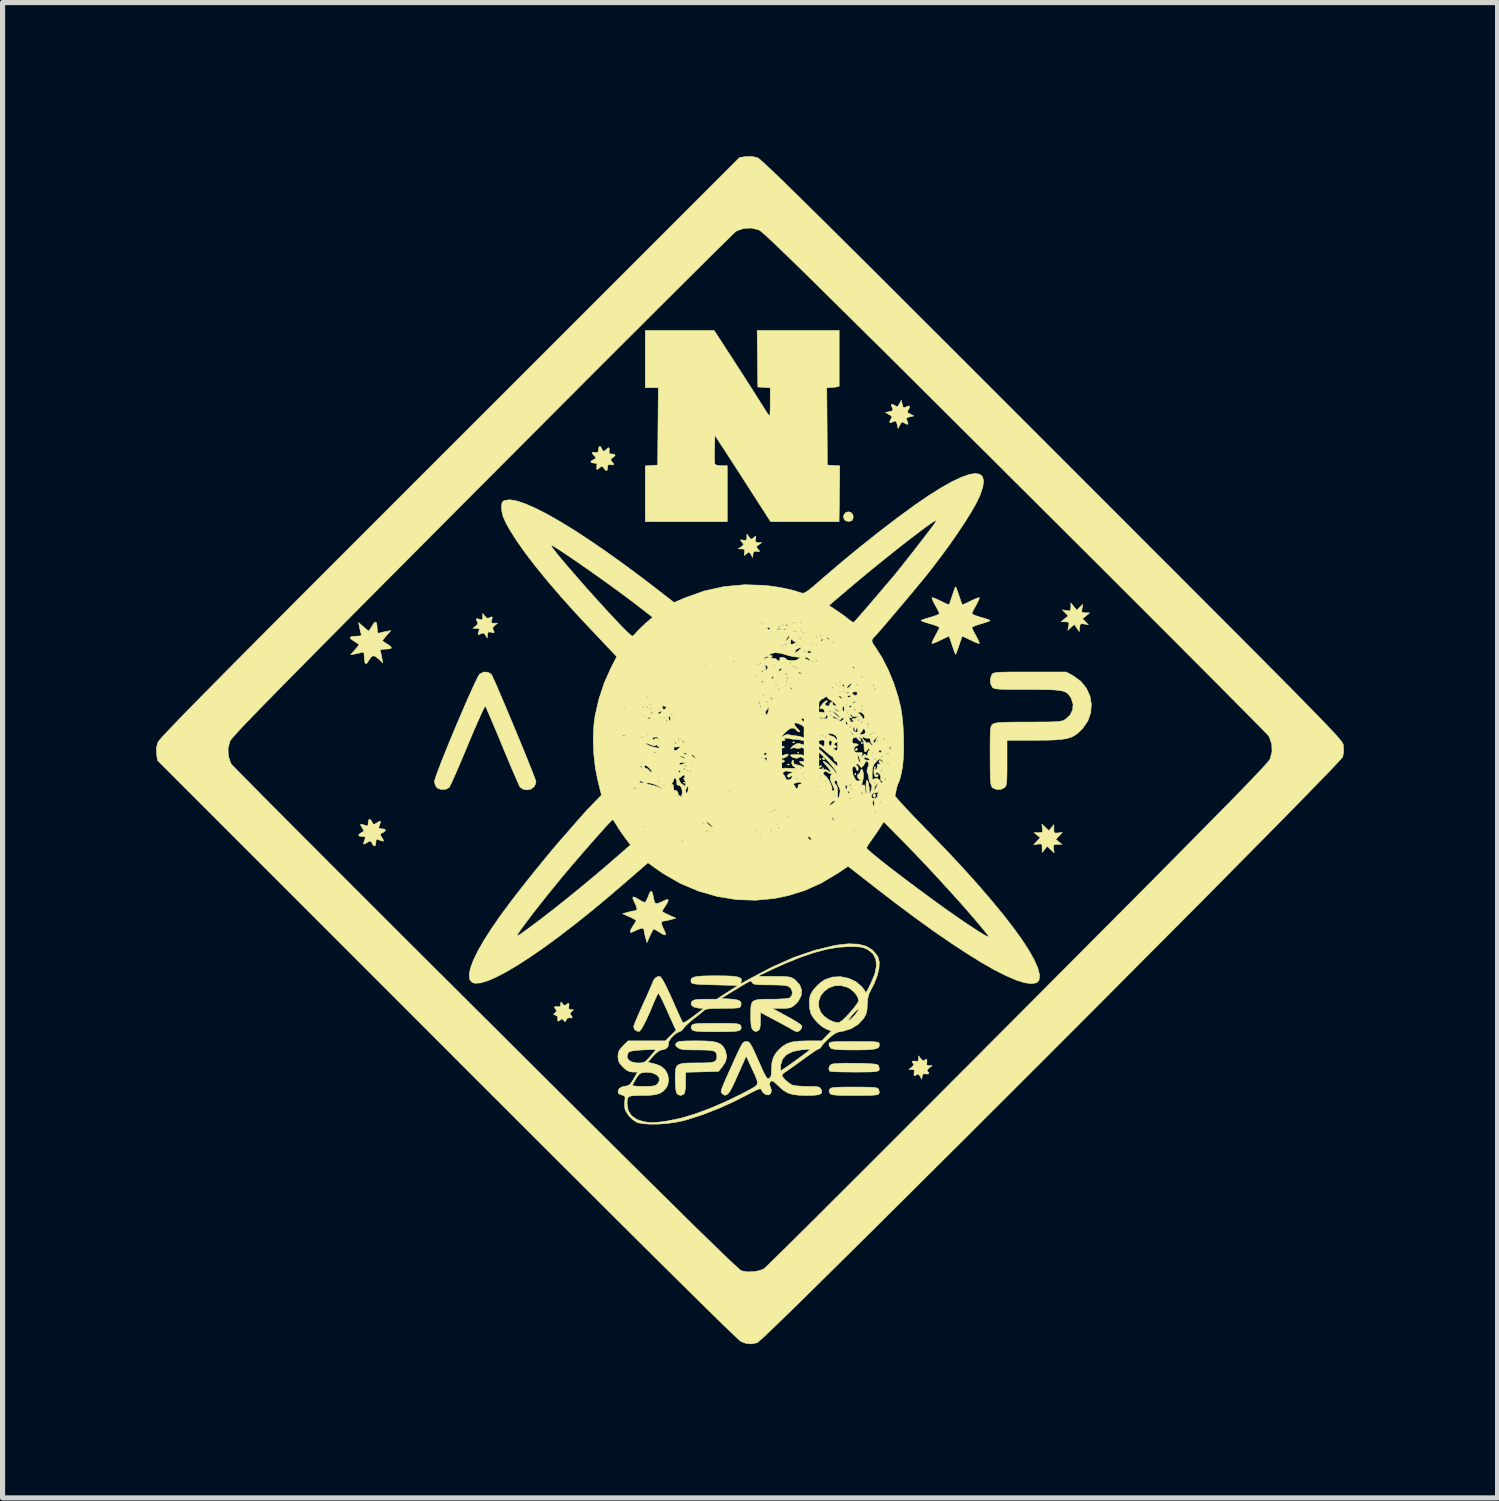
<source format=kicad_pcb>
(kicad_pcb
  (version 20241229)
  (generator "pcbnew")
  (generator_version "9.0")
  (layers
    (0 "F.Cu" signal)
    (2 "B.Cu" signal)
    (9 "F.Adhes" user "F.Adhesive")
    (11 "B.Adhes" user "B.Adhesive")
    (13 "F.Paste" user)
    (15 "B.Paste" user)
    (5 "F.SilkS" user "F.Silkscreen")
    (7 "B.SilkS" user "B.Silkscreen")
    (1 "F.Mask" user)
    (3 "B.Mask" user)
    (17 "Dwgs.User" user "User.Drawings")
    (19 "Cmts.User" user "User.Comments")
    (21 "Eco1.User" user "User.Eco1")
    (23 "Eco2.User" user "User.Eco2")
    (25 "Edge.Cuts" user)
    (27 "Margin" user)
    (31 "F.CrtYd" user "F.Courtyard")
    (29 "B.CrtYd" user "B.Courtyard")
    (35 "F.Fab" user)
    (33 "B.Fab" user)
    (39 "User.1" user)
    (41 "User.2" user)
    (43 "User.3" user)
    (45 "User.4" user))
  (footprint "high"
    (layer "F.Cu")
    (at 11.375 11.451)
    (property "Reference" "high" (at 0 0 0) (layer "F.SilkS") (effects (font (size 1.524 1.524) (thickness 0.3))))
    (attr through_hole)
    (fp_poly (pts (xy 1.168 0.191) (xy 1.156 0.203) (xy 1.143 0.191) (xy 1.156 0.178) (xy 1.168 0.191)) (stroke (width 0.01) (type solid)) (fill yes) (layer "F.SilkS"))
    (fp_poly (pts (xy 1.448 0.343) (xy 1.435 0.356) (xy 1.422 0.343) (xy 1.435 0.33) (xy 1.448 0.343)) (stroke (width 0.01) (type solid)) (fill yes) (layer "F.SilkS"))
    (fp_poly (pts (xy 1.499 0.368) (xy 1.486 0.381) (xy 1.473 0.368) (xy 1.486 0.356) (xy 1.499 0.368)) (stroke (width 0.01) (type solid)) (fill yes) (layer "F.SilkS"))
    (fp_poly (pts (xy 1.524 -0.622) (xy 1.511 -0.61) (xy 1.499 -0.622) (xy 1.511 -0.635) (xy 1.524 -0.622)) (stroke (width 0.01) (type solid)) (fill yes) (layer "F.SilkS"))
    (fp_poly (pts (xy 1.524 0.292) (xy 1.511 0.305) (xy 1.499 0.292) (xy 1.511 0.279) (xy 1.524 0.292)) (stroke (width 0.01) (type solid)) (fill yes) (layer "F.SilkS"))
    (fp_poly (pts (xy 1.6 0.318) (xy 1.587 0.33) (xy 1.575 0.318) (xy 1.587 0.305) (xy 1.6 0.318)) (stroke (width 0.01) (type solid)) (fill yes) (layer "F.SilkS"))
    (fp_poly (pts (xy 1.651 0.495) (xy 1.638 0.508) (xy 1.626 0.495) (xy 1.638 0.483) (xy 1.651 0.495)) (stroke (width 0.01) (type solid)) (fill yes) (layer "F.SilkS"))
    (fp_poly (pts (xy -1.05 0.77) (xy -1.053 0.786) (xy -1.067 0.787) (xy -1.088 0.778) (xy -1.084 0.77) (xy -1.054 0.767) (xy -1.05 0.77)) (stroke (width 0.01) (type solid)) (fill yes) (layer "F.SilkS"))
    (fp_poly (pts (xy 0.982 0.415) (xy 0.979 0.43) (xy 0.965 0.432) (xy 0.944 0.423) (xy 0.948 0.415) (xy 0.978 0.412) (xy 0.982 0.415)) (stroke (width 0.01) (type solid)) (fill yes) (layer "F.SilkS"))
    (fp_poly (pts (xy 1.084 -0.017) (xy 1.08 -0.002) (xy 1.067 0) (xy 1.046 -0.009) (xy 1.05 -0.017) (xy 1.08 -0.02) (xy 1.084 -0.017)) (stroke (width 0.01) (type solid)) (fill yes) (layer "F.SilkS"))
    (fp_poly (pts (xy 1.693 -0.398) (xy 1.69 -0.383) (xy 1.676 -0.381) (xy 1.655 -0.39) (xy 1.659 -0.398) (xy 1.69 -0.401) (xy 1.693 -0.398)) (stroke (width 0.01) (type solid)) (fill yes) (layer "F.SilkS"))
    (fp_poly (pts (xy 2.278 0.593) (xy 2.281 0.623) (xy 2.278 0.627) (xy 2.262 0.623) (xy 2.261 0.61) (xy 2.27 0.589) (xy 2.278 0.593)) (stroke (width 0.01) (type solid)) (fill yes) (layer "F.SilkS"))
    (fp_poly (pts (xy 2.405 -0.017) (xy 2.408 0.013) (xy 2.405 0.017) (xy 2.389 0.013) (xy 2.388 0) (xy 2.397 -0.021) (xy 2.405 -0.017)) (stroke (width 0.01) (type solid)) (fill yes) (layer "F.SilkS"))
    (fp_poly (pts (xy 1.613 0.457) (xy 1.586 0.479) (xy 1.556 0.482) (xy 1.549 0.473) (xy 1.569 0.456) (xy 1.589 0.448) (xy 1.615 0.446) (xy 1.613 0.457)) (stroke (width 0.01) (type solid)) (fill yes) (layer "F.SilkS"))
    (fp_poly (pts (xy 0.888 0.35) (xy 0.889 0.356) (xy 0.868 0.378) (xy 0.849 0.381) (xy 0.823 0.369) (xy 0.826 0.356) (xy 0.858 0.331) (xy 0.865 0.33) (xy 0.888 0.35)) (stroke (width 0.01) (type solid)) (fill yes) (layer "F.SilkS"))
    (fp_poly (pts (xy 1.396 0.248) (xy 1.397 0.254) (xy 1.378 0.279) (xy 1.372 0.279) (xy 1.347 0.26) (xy 1.346 0.254) (xy 1.366 0.229) (xy 1.372 0.229) (xy 1.396 0.248)) (stroke (width 0.01) (type solid)) (fill yes) (layer "F.SilkS"))
    (fp_poly (pts (xy 1.651 0.292) (xy 1.675 0.315) (xy 1.676 0.319) (xy 1.657 0.33) (xy 1.651 0.33) (xy 1.627 0.311) (xy 1.626 0.303) (xy 1.641 0.288) (xy 1.651 0.292)) (stroke (width 0.01) (type solid)) (fill yes) (layer "F.SilkS"))
    (fp_poly (pts (xy 1.801 -0.31) (xy 1.803 -0.292) (xy 1.79 -0.258) (xy 1.778 -0.254) (xy 1.755 -0.275) (xy 1.753 -0.292) (xy 1.766 -0.326) (xy 1.778 -0.33) (xy 1.801 -0.31)) (stroke (width 0.01) (type solid)) (fill yes) (layer "F.SilkS"))
    (fp_poly (pts (xy 2.311 0.121) (xy 2.311 0.127) (xy 2.292 0.151) (xy 2.284 0.152) (xy 2.269 0.137) (xy 2.273 0.127) (xy 2.296 0.103) (xy 2.3 0.102) (xy 2.311 0.121)) (stroke (width 0.01) (type solid)) (fill yes) (layer "F.SilkS"))
    (fp_poly (pts (xy 2.664 1.011) (xy 2.667 1.029) (xy 2.653 1.063) (xy 2.642 1.067) (xy 2.619 1.046) (xy 2.616 1.029) (xy 2.63 0.995) (xy 2.642 0.991) (xy 2.664 1.011)) (stroke (width 0.01) (type solid)) (fill yes) (layer "F.SilkS"))
    (fp_poly (pts (xy 1.276 0.364) (xy 1.32 0.408) (xy 1.328 0.43) (xy 1.337 0.471) (xy 1.337 0.48) (xy 1.316 0.467) (xy 1.266 0.437) (xy 1.245 0.424) (xy 1.193 0.388) (xy 1.182 0.368) (xy 1.202 0.36) (xy 1.276 0.364)) (stroke (width 0.01) (type solid)) (fill yes) (layer "F.SilkS"))
    (fp_poly (pts (xy 0.802 0.055) (xy 0.863 0.066) (xy 0.888 0.083) (xy 0.872 0.097) (xy 0.828 0.102) (xy 0.775 0.113) (xy 0.753 0.133) (xy 0.74 0.155) (xy 0.737 0.152) (xy 0.723 0.089) (xy 0.738 0.06) (xy 0.79 0.055) (xy 0.802 0.055)) (stroke (width 0.01) (type solid)) (fill yes) (layer "F.SilkS"))
    (fp_poly (pts (xy 2.186 -4.497) (xy 2.223 -4.454) (xy 2.23 -4.399) (xy 2.211 -4.345) (xy 2.161 -4.324) (xy 2.157 -4.323) (xy 2.095 -4.331) (xy 2.059 -4.354) (xy 2.04 -4.408) (xy 2.044 -4.441) (xy 2.08 -4.494) (xy 2.133 -4.511) (xy 2.186 -4.497)) (stroke (width 0.01) (type solid)) (fill yes) (layer "F.SilkS"))
    (fp_poly (pts (xy 1.21 0.232) (xy 1.269 0.247) (xy 1.319 0.281) (xy 1.357 0.318) (xy 1.42 0.37) (xy 1.478 0.402) (xy 1.499 0.406) (xy 1.535 0.416) (xy 1.537 0.432) (xy 1.496 0.457) (xy 1.432 0.44) (xy 1.35 0.383) (xy 1.319 0.354) (xy 1.249 0.294) (xy 1.204 0.272) (xy 1.185 0.278) (xy 1.127 0.303) (xy 1.056 0.286) (xy 1.027 0.268) (xy 1.004 0.247) (xy 1.01 0.235) (xy 1.053 0.231) (xy 1.123 0.229) (xy 1.21 0.232)) (stroke (width 0.01) (type solid)) (fill yes) (layer "F.SilkS"))
    (fp_poly (pts (xy 2.242 6.254) (xy 2.276 6.254) (xy 2.436 6.257) (xy 2.553 6.262) (xy 2.633 6.268) (xy 2.684 6.277) (xy 2.713 6.289) (xy 2.725 6.302) (xy 2.74 6.357) (xy 2.735 6.385) (xy 2.724 6.399) (xy 2.7 6.41) (xy 2.655 6.418) (xy 2.582 6.423) (xy 2.476 6.425) (xy 2.328 6.426) (xy 2.253 6.426) (xy 2.104 6.425) (xy 1.973 6.423) (xy 1.868 6.419) (xy 1.797 6.414) (xy 1.77 6.409) (xy 1.752 6.361) (xy 1.769 6.307) (xy 1.803 6.274) (xy 1.85 6.264) (xy 1.942 6.257) (xy 2.075 6.253) (xy 2.242 6.254)) (stroke (width 0.01) (type solid)) (fill yes) (layer "F.SilkS"))
    (fp_poly (pts (xy -0.28 5.474) (xy -0.16 5.476) (xy -0.075 5.48) (xy -0.02 5.487) (xy 0.013 5.497) (xy 0.031 5.511) (xy 0.034 5.516) (xy 0.046 5.566) (xy 0.027 5.599) (xy 0.008 5.614) (xy -0.027 5.624) (xy -0.085 5.632) (xy -0.172 5.636) (xy -0.296 5.638) (xy -0.445 5.639) (xy -0.608 5.638) (xy -0.728 5.636) (xy -0.812 5.631) (xy -0.866 5.623) (xy -0.899 5.612) (xy -0.916 5.599) (xy -0.936 5.55) (xy -0.923 5.516) (xy -0.908 5.501) (xy -0.879 5.489) (xy -0.831 5.482) (xy -0.755 5.477) (xy -0.645 5.475) (xy -0.493 5.474) (xy -0.445 5.474) (xy -0.28 5.474)) (stroke (width 0.01) (type solid)) (fill yes) (layer "F.SilkS"))
    (fp_poly (pts (xy 2.416 5.83) (xy 2.54 5.831) (xy 2.626 5.834) (xy 2.683 5.839) (xy 2.716 5.847) (xy 2.732 5.859) (xy 2.739 5.876) (xy 2.739 5.878) (xy 2.74 5.918) (xy 2.722 5.948) (xy 2.678 5.969) (xy 2.604 5.983) (xy 2.494 5.991) (xy 2.341 5.994) (xy 2.248 5.994) (xy 2.076 5.993) (xy 1.949 5.989) (xy 1.862 5.981) (xy 1.809 5.969) (xy 1.793 5.961) (xy 1.76 5.914) (xy 1.757 5.878) (xy 1.762 5.861) (xy 1.777 5.849) (xy 1.808 5.84) (xy 1.861 5.834) (xy 1.943 5.831) (xy 2.062 5.83) (xy 2.224 5.829) (xy 2.248 5.829) (xy 2.416 5.83)) (stroke (width 0.01) (type solid)) (fill yes) (layer "F.SilkS"))
    (fp_poly (pts (xy 2.413 6.719) (xy 2.534 6.721) (xy 2.619 6.725) (xy 2.674 6.732) (xy 2.706 6.742) (xy 2.724 6.757) (xy 2.725 6.759) (xy 2.74 6.815) (xy 2.735 6.842) (xy 2.724 6.857) (xy 2.699 6.868) (xy 2.654 6.875) (xy 2.58 6.88) (xy 2.472 6.882) (xy 2.323 6.883) (xy 2.265 6.883) (xy 2.098 6.883) (xy 1.975 6.881) (xy 1.888 6.876) (xy 1.831 6.869) (xy 1.796 6.858) (xy 1.777 6.844) (xy 1.776 6.843) (xy 1.757 6.794) (xy 1.77 6.761) (xy 1.785 6.745) (xy 1.813 6.734) (xy 1.861 6.726) (xy 1.937 6.722) (xy 2.047 6.719) (xy 2.199 6.718) (xy 2.248 6.718) (xy 2.413 6.719)) (stroke (width 0.01) (type solid)) (fill yes) (layer "F.SilkS"))
    (fp_poly (pts (xy 6.05 1.714) (xy 6.098 1.655) (xy 6.147 1.595) (xy 6.147 1.682) (xy 6.15 1.74) (xy 6.17 1.761) (xy 6.222 1.759) (xy 6.229 1.758) (xy 6.312 1.746) (xy 6.185 1.884) (xy 6.245 1.933) (xy 6.305 1.981) (xy 6.218 1.981) (xy 6.159 1.985) (xy 6.138 2.005) (xy 6.141 2.057) (xy 6.142 2.064) (xy 6.153 2.146) (xy 6.015 2.019) (xy 5.967 2.079) (xy 5.918 2.139) (xy 5.918 2.052) (xy 5.915 1.994) (xy 5.895 1.973) (xy 5.843 1.975) (xy 5.836 1.976) (xy 5.753 1.988) (xy 5.88 1.85) (xy 5.76 1.753) (xy 5.847 1.753) (xy 5.906 1.749) (xy 5.927 1.729) (xy 5.924 1.677) (xy 5.923 1.67) (xy 5.912 1.587) (xy 6.05 1.714)) (stroke (width 0.01) (type solid)) (fill yes) (layer "F.SilkS"))
    (fp_poly (pts (xy 6.536 -2.661) (xy 6.593 -2.591) (xy 6.652 -2.648) (xy 6.712 -2.705) (xy 6.697 -2.623) (xy 6.69 -2.566) (xy 6.707 -2.544) (xy 6.761 -2.539) (xy 6.763 -2.539) (xy 6.845 -2.538) (xy 6.776 -2.481) (xy 6.706 -2.424) (xy 6.82 -2.305) (xy 6.739 -2.32) (xy 6.683 -2.326) (xy 6.659 -2.307) (xy 6.65 -2.253) (xy 6.642 -2.172) (xy 6.546 -2.313) (xy 6.419 -2.197) (xy 6.435 -2.28) (xy 6.442 -2.336) (xy 6.425 -2.358) (xy 6.371 -2.363) (xy 6.368 -2.363) (xy 6.287 -2.364) (xy 6.356 -2.421) (xy 6.426 -2.478) (xy 6.369 -2.538) (xy 6.312 -2.597) (xy 6.394 -2.582) (xy 6.451 -2.575) (xy 6.473 -2.593) (xy 6.478 -2.647) (xy 6.478 -2.649) (xy 6.479 -2.731) (xy 6.536 -2.661)) (stroke (width 0.01) (type solid)) (fill yes) (layer "F.SilkS"))
    (fp_poly (pts (xy 1.316 0.01) (xy 1.334 0.045) (xy 1.331 0.061) (xy 1.342 0.093) (xy 1.383 0.112) (xy 1.428 0.132) (xy 1.449 0.158) (xy 1.437 0.176) (xy 1.422 0.178) (xy 1.398 0.158) (xy 1.397 0.15) (xy 1.379 0.132) (xy 1.364 0.134) (xy 1.319 0.131) (xy 1.284 0.112) (xy 1.224 0.092) (xy 1.195 0.101) (xy 1.141 0.11) (xy 1.118 0.102) (xy 1.066 0.094) (xy 1.03 0.105) (xy 1.007 0.112) (xy 1.023 0.089) (xy 1.05 0.064) (xy 1.051 0.064) (xy 1.118 0.064) (xy 1.13 0.076) (xy 1.143 0.064) (xy 1.13 0.051) (xy 1.118 0.064) (xy 1.051 0.064) (xy 1.119 0.018) (xy 1.171 0.012) (xy 1.237 0.031) (xy 1.273 0.041) (xy 1.31 0.046) (xy 1.307 0.024) (xy 1.307 0.024) (xy 1.302 0.004) (xy 1.316 0.01)) (stroke (width 0.01) (type solid)) (fill yes) (layer "F.SilkS"))
    (fp_poly (pts (xy 3.553 6.169) (xy 3.593 6.208) (xy 3.617 6.201) (xy 3.649 6.172) (xy 3.669 6.186) (xy 3.668 6.236) (xy 3.668 6.236) (xy 3.663 6.283) (xy 3.69 6.299) (xy 3.712 6.3) (xy 3.772 6.3) (xy 3.711 6.347) (xy 3.673 6.387) (xy 3.68 6.411) (xy 3.708 6.443) (xy 3.694 6.464) (xy 3.647 6.463) (xy 3.599 6.46) (xy 3.579 6.491) (xy 3.577 6.507) (xy 3.568 6.566) (xy 3.534 6.506) (xy 3.503 6.467) (xy 3.474 6.472) (xy 3.472 6.474) (xy 3.432 6.501) (xy 3.414 6.484) (xy 3.419 6.439) (xy 3.423 6.392) (xy 3.397 6.376) (xy 3.375 6.375) (xy 3.315 6.374) (xy 3.375 6.328) (xy 3.414 6.287) (xy 3.407 6.263) (xy 3.378 6.232) (xy 3.392 6.211) (xy 3.442 6.213) (xy 3.442 6.213) (xy 3.489 6.217) (xy 3.505 6.191) (xy 3.506 6.169) (xy 3.506 6.109) (xy 3.553 6.169)) (stroke (width 0.01) (type solid)) (fill yes) (layer "F.SilkS"))
    (fp_poly (pts (xy 0.195 -4.019) (xy 0.227 -3.98) (xy 0.254 -3.98) (xy 0.287 -4.006) (xy 0.322 -4.035) (xy 0.331 -4.025) (xy 0.325 -3.981) (xy 0.322 -3.931) (xy 0.347 -3.913) (xy 0.378 -3.91) (xy 0.445 -3.909) (xy 0.387 -3.869) (xy 0.347 -3.837) (xy 0.348 -3.81) (xy 0.374 -3.777) (xy 0.403 -3.741) (xy 0.393 -3.733) (xy 0.351 -3.739) (xy 0.3 -3.741) (xy 0.279 -3.713) (xy 0.274 -3.686) (xy 0.266 -3.619) (xy 0.233 -3.679) (xy 0.206 -3.719) (xy 0.181 -3.719) (xy 0.147 -3.691) (xy 0.11 -3.661) (xy 0.1 -3.67) (xy 0.107 -3.715) (xy 0.11 -3.765) (xy 0.085 -3.784) (xy 0.054 -3.786) (xy -0.013 -3.787) (xy 0.045 -3.828) (xy 0.084 -3.859) (xy 0.084 -3.886) (xy 0.058 -3.919) (xy 0.029 -3.955) (xy 0.039 -3.964) (xy 0.083 -3.957) (xy 0.133 -3.954) (xy 0.151 -3.979) (xy 0.154 -4.01) (xy 0.155 -4.077) (xy 0.195 -4.019)) (stroke (width 0.01) (type solid)) (fill yes) (layer "F.SilkS"))
    (fp_poly (pts (xy -4.959 -2.471) (xy -4.917 -2.433) (xy -4.877 -2.438) (xy -4.877 -2.439) (xy -4.829 -2.462) (xy -4.814 -2.446) (xy -4.826 -2.4) (xy -4.838 -2.355) (xy -4.817 -2.338) (xy -4.781 -2.336) (xy -4.712 -2.336) (xy -4.768 -2.292) (xy -4.806 -2.25) (xy -4.801 -2.21) (xy -4.8 -2.21) (xy -4.777 -2.162) (xy -4.793 -2.147) (xy -4.837 -2.158) (xy -4.883 -2.169) (xy -4.902 -2.147) (xy -4.907 -2.113) (xy -4.915 -2.045) (xy -4.948 -2.102) (xy -4.98 -2.142) (xy -5.018 -2.139) (xy -5.029 -2.134) (xy -5.079 -2.111) (xy -5.094 -2.122) (xy -5.08 -2.171) (xy -5.08 -2.172) (xy -5.068 -2.217) (xy -5.089 -2.234) (xy -5.125 -2.236) (xy -5.194 -2.236) (xy -5.138 -2.28) (xy -5.1 -2.322) (xy -5.105 -2.362) (xy -5.106 -2.362) (xy -5.129 -2.41) (xy -5.113 -2.425) (xy -5.067 -2.413) (xy -5.022 -2.401) (xy -5.005 -2.422) (xy -5.003 -2.458) (xy -5.003 -2.527) (xy -4.959 -2.471)) (stroke (width 0.01) (type solid)) (fill yes) (layer "F.SilkS"))
    (fp_poly (pts (xy -3.464 5.068) (xy -3.443 5.094) (xy -3.41 5.127) (xy -3.38 5.117) (xy -3.375 5.112) (xy -3.334 5.082) (xy -3.317 5.098) (xy -3.321 5.144) (xy -3.322 5.191) (xy -3.293 5.206) (xy -3.275 5.207) (xy -3.234 5.209) (xy -3.239 5.223) (xy -3.265 5.243) (xy -3.298 5.277) (xy -3.288 5.307) (xy -3.283 5.312) (xy -3.253 5.353) (xy -3.267 5.371) (xy -3.302 5.367) (xy -3.349 5.372) (xy -3.372 5.407) (xy -3.39 5.443) (xy -3.408 5.434) (xy -3.42 5.416) (xy -3.45 5.387) (xy -3.481 5.403) (xy -3.482 5.404) (xy -3.525 5.433) (xy -3.542 5.42) (xy -3.538 5.383) (xy -3.54 5.338) (xy -3.579 5.317) (xy -3.617 5.303) (xy -3.608 5.284) (xy -3.588 5.269) (xy -3.559 5.237) (xy -3.573 5.206) (xy -3.575 5.204) (xy -3.604 5.163) (xy -3.589 5.146) (xy -3.543 5.15) (xy -3.496 5.151) (xy -3.481 5.122) (xy -3.48 5.104) (xy -3.478 5.063) (xy -3.464 5.068)) (stroke (width 0.01) (type solid)) (fill yes) (layer "F.SilkS"))
    (fp_poly (pts (xy 3.187 -6.609) (xy 3.203 -6.556) (xy 3.226 -6.543) (xy 3.252 -6.553) (xy 3.311 -6.577) (xy 3.334 -6.568) (xy 3.32 -6.526) (xy 3.314 -6.517) (xy 3.289 -6.472) (xy 3.298 -6.445) (xy 3.343 -6.418) (xy 3.413 -6.382) (xy 3.332 -6.364) (xy 3.279 -6.347) (xy 3.267 -6.324) (xy 3.277 -6.299) (xy 3.301 -6.239) (xy 3.291 -6.216) (xy 3.25 -6.231) (xy 3.24 -6.237) (xy 3.196 -6.262) (xy 3.169 -6.252) (xy 3.142 -6.207) (xy 3.105 -6.137) (xy 3.087 -6.218) (xy 3.071 -6.271) (xy 3.048 -6.284) (xy 3.022 -6.274) (xy 2.963 -6.25) (xy 2.94 -6.259) (xy 2.954 -6.301) (xy 2.96 -6.31) (xy 2.985 -6.354) (xy 2.976 -6.381) (xy 2.929 -6.41) (xy 2.857 -6.449) (xy 2.939 -6.466) (xy 2.993 -6.482) (xy 3.006 -6.505) (xy 2.996 -6.529) (xy 2.973 -6.588) (xy 2.983 -6.611) (xy 3.025 -6.596) (xy 3.034 -6.59) (xy 3.078 -6.565) (xy 3.105 -6.575) (xy 3.132 -6.62) (xy 3.169 -6.69) (xy 3.187 -6.609)) (stroke (width 0.01) (type solid)) (fill yes) (layer "F.SilkS"))
    (fp_poly (pts (xy -2.683 -5.751) (xy -2.68 -5.74) (xy -2.654 -5.696) (xy -2.618 -5.7) (xy -2.591 -5.728) (xy -2.551 -5.763) (xy -2.531 -5.751) (xy -2.534 -5.702) (xy -2.535 -5.656) (xy -2.506 -5.64) (xy -2.479 -5.639) (xy -2.425 -5.631) (xy -2.419 -5.607) (xy -2.461 -5.57) (xy -2.466 -5.567) (xy -2.502 -5.538) (xy -2.497 -5.511) (xy -2.479 -5.489) (xy -2.444 -5.443) (xy -2.45 -5.425) (xy -2.499 -5.429) (xy -2.502 -5.429) (xy -2.549 -5.431) (xy -2.564 -5.401) (xy -2.565 -5.375) (xy -2.574 -5.321) (xy -2.597 -5.315) (xy -2.634 -5.357) (xy -2.637 -5.362) (xy -2.666 -5.398) (xy -2.694 -5.393) (xy -2.715 -5.374) (xy -2.761 -5.339) (xy -2.779 -5.346) (xy -2.775 -5.395) (xy -2.775 -5.397) (xy -2.773 -5.444) (xy -2.803 -5.46) (xy -2.829 -5.461) (xy -2.883 -5.471) (xy -2.892 -5.495) (xy -2.855 -5.521) (xy -2.845 -5.524) (xy -2.8 -5.55) (xy -2.805 -5.586) (xy -2.832 -5.613) (xy -2.867 -5.653) (xy -2.856 -5.673) (xy -2.807 -5.67) (xy -2.76 -5.669) (xy -2.744 -5.698) (xy -2.743 -5.725) (xy -2.733 -5.778) (xy -2.709 -5.788) (xy -2.683 -5.751)) (stroke (width 0.01) (type solid)) (fill yes) (layer "F.SilkS"))
    (fp_poly (pts (xy -7.174 1.524) (xy -7.166 1.54) (xy -7.142 1.584) (xy -7.114 1.588) (xy -7.074 1.565) (xy -7.018 1.531) (xy -6.997 1.532) (xy -7.003 1.568) (xy -7.011 1.589) (xy -7.031 1.647) (xy -7.027 1.671) (xy -6.993 1.676) (xy -6.974 1.676) (xy -6.914 1.686) (xy -6.9 1.71) (xy -6.934 1.742) (xy -6.95 1.749) (xy -6.994 1.774) (xy -6.998 1.801) (xy -6.975 1.841) (xy -6.942 1.897) (xy -6.942 1.919) (xy -6.978 1.912) (xy -6.999 1.904) (xy -7.057 1.884) (xy -7.081 1.888) (xy -7.087 1.923) (xy -7.087 1.942) (xy -7.096 2.001) (xy -7.12 2.015) (xy -7.152 1.981) (xy -7.16 1.965) (xy -7.184 1.921) (xy -7.211 1.917) (xy -7.251 1.941) (xy -7.307 1.974) (xy -7.329 1.974) (xy -7.322 1.938) (xy -7.315 1.916) (xy -7.295 1.859) (xy -7.299 1.834) (xy -7.333 1.829) (xy -7.352 1.829) (xy -7.411 1.819) (xy -7.425 1.795) (xy -7.391 1.764) (xy -7.375 1.756) (xy -7.331 1.731) (xy -7.327 1.704) (xy -7.351 1.664) (xy -7.384 1.608) (xy -7.384 1.587) (xy -7.348 1.593) (xy -7.326 1.601) (xy -7.269 1.621) (xy -7.244 1.617) (xy -7.239 1.583) (xy -7.239 1.564) (xy -7.229 1.504) (xy -7.205 1.49) (xy -7.174 1.524)) (stroke (width 0.01) (type solid)) (fill yes) (layer "F.SilkS"))
    (fp_poly (pts (xy -0.654 5.819) (xy -0.523 5.829) (xy -0.426 5.849) (xy -0.357 5.882) (xy -0.308 5.929) (xy -0.271 5.995) (xy -0.264 6.01) (xy -0.239 6.117) (xy -0.259 6.218) (xy -0.326 6.323) (xy -0.328 6.327) (xy -0.401 6.413) (xy -0.721 6.422) (xy -1.041 6.43) (xy -1.041 6.626) (xy -1.045 6.737) (xy -1.057 6.816) (xy -1.072 6.853) (xy -1.13 6.882) (xy -1.188 6.868) (xy -1.218 6.834) (xy -1.23 6.787) (xy -1.239 6.705) (xy -1.244 6.601) (xy -1.245 6.559) (xy -1.243 6.445) (xy -1.235 6.363) (xy -1.212 6.307) (xy -1.168 6.274) (xy -1.095 6.256) (xy -0.986 6.249) (xy -0.834 6.248) (xy -0.822 6.248) (xy -0.673 6.247) (xy -0.567 6.241) (xy -0.498 6.229) (xy -0.457 6.208) (xy -0.437 6.175) (xy -0.432 6.128) (xy -0.432 6.121) (xy -0.436 6.072) (xy -0.454 6.038) (xy -0.492 6.015) (xy -0.559 6.002) (xy -0.661 5.996) (xy -0.807 5.994) (xy -0.815 5.994) (xy -0.953 5.993) (xy -1.05 5.99) (xy -1.115 5.982) (xy -1.159 5.969) (xy -1.192 5.95) (xy -1.197 5.947) (xy -1.235 5.908) (xy -1.236 5.878) (xy -1.222 5.858) (xy -1.2 5.841) (xy -1.162 5.829) (xy -1.101 5.822) (xy -1.006 5.818) (xy -0.872 5.817) (xy -0.829 5.817) (xy -0.654 5.819)) (stroke (width 0.01) (type solid)) (fill yes) (layer "F.SilkS"))
    (fp_poly (pts (xy -0.333 -7.817) (xy -0.211 -7.629) (xy -0.084 -7.433) (xy 0.043 -7.236) (xy 0.164 -7.047) (xy 0.275 -6.874) (xy 0.369 -6.725) (xy 0.443 -6.609) (xy 0.458 -6.585) (xy 0.514 -6.496) (xy 0.561 -6.425) (xy 0.591 -6.383) (xy 0.599 -6.375) (xy 0.603 -6.399) (xy 0.607 -6.463) (xy 0.609 -6.558) (xy 0.61 -6.653) (xy 0.61 -6.931) (xy 0.489 -6.939) (xy 0.368 -6.947) (xy 0.361 -7.499) (xy 0.355 -8.052) (xy 1.956 -8.052) (xy 1.956 -7.518) (xy 1.956 -7.359) (xy 1.956 -7.216) (xy 1.956 -7.099) (xy 1.956 -7.014) (xy 1.956 -6.97) (xy 1.956 -6.966) (xy 1.934 -6.953) (xy 1.876 -6.943) (xy 1.835 -6.939) (xy 1.714 -6.932) (xy 1.72 -6.177) (xy 1.725 -5.423) (xy 1.847 -5.415) (xy 1.968 -5.408) (xy 1.961 -4.863) (xy 1.954 -4.318) (xy 0.618 -4.318) (xy 0.54 -4.439) (xy 0.504 -4.496) (xy 0.445 -4.587) (xy 0.369 -4.705) (xy 0.281 -4.842) (xy 0.187 -4.988) (xy 0.152 -5.042) (xy 0.051 -5.2) (xy -0.052 -5.36) (xy -0.15 -5.512) (xy -0.236 -5.645) (xy -0.303 -5.748) (xy -0.314 -5.764) (xy -0.47 -6.004) (xy -0.477 -5.741) (xy -0.479 -5.627) (xy -0.478 -5.532) (xy -0.475 -5.465) (xy -0.472 -5.444) (xy -0.437 -5.421) (xy -0.363 -5.411) (xy -0.344 -5.41) (xy -0.229 -5.41) (xy -0.229 -4.318) (xy -1.829 -4.318) (xy -1.829 -5.407) (xy -1.708 -5.415) (xy -1.587 -5.423) (xy -1.581 -6.179) (xy -1.574 -6.934) (xy -1.829 -6.934) (xy -1.829 -8.052) (xy -0.486 -8.052) (xy -0.333 -7.817)) (stroke (width 0.01) (type solid)) (fill yes) (layer "F.SilkS"))
    (fp_poly (pts (xy -7.069 -2.321) (xy -7.062 -2.234) (xy -7.062 -2.226) (xy -7.057 -2.162) (xy -7.04 -2.14) (xy -7.025 -2.142) (xy -6.977 -2.156) (xy -6.906 -2.172) (xy -6.892 -2.174) (xy -6.795 -2.192) (xy -6.877 -2.099) (xy -6.925 -2.042) (xy -6.955 -2.004) (xy -6.96 -1.994) (xy -6.94 -1.977) (xy -6.89 -1.943) (xy -6.856 -1.922) (xy -6.797 -1.881) (xy -6.785 -1.852) (xy -6.821 -1.835) (xy -6.905 -1.829) (xy -6.926 -1.829) (xy -6.986 -1.823) (xy -7.005 -1.805) (xy -7.002 -1.793) (xy -6.988 -1.745) (xy -6.973 -1.673) (xy -6.971 -1.659) (xy -6.953 -1.562) (xy -7.026 -1.63) (xy -7.093 -1.686) (xy -7.14 -1.701) (xy -7.181 -1.675) (xy -7.222 -1.616) (xy -7.26 -1.559) (xy -7.284 -1.542) (xy -7.299 -1.561) (xy -7.31 -1.616) (xy -7.315 -1.689) (xy -7.315 -1.694) (xy -7.321 -1.754) (xy -7.339 -1.772) (xy -7.351 -1.77) (xy -7.399 -1.756) (xy -7.471 -1.74) (xy -7.485 -1.737) (xy -7.581 -1.719) (xy -7.499 -1.813) (xy -7.452 -1.869) (xy -7.422 -1.908) (xy -7.417 -1.917) (xy -7.437 -1.935) (xy -7.487 -1.969) (xy -7.52 -1.989) (xy -7.579 -2.031) (xy -7.591 -2.059) (xy -7.555 -2.076) (xy -7.471 -2.083) (xy -7.45 -2.083) (xy -7.39 -2.088) (xy -7.372 -2.107) (xy -7.374 -2.119) (xy -7.388 -2.167) (xy -7.404 -2.238) (xy -7.407 -2.252) (xy -7.425 -2.349) (xy -7.331 -2.267) (xy -7.275 -2.219) (xy -7.236 -2.189) (xy -7.227 -2.184) (xy -7.21 -2.204) (xy -7.178 -2.255) (xy -7.16 -2.286) (xy -7.118 -2.347) (xy -7.087 -2.359) (xy -7.069 -2.321)) (stroke (width 0.01) (type solid)) (fill yes) (layer "F.SilkS"))
    (fp_poly (pts (xy -4.9 -1.379) (xy -4.834 -1.338) (xy -4.818 -1.308) (xy -4.785 -1.237) (xy -4.737 -1.13) (xy -4.679 -0.995) (xy -4.611 -0.836) (xy -4.536 -0.659) (xy -4.457 -0.471) (xy -4.376 -0.277) (xy -4.296 -0.084) (xy -4.219 0.103) (xy -4.148 0.277) (xy -4.085 0.434) (xy -4.032 0.566) (xy -3.993 0.669) (xy -3.969 0.735) (xy -3.962 0.759) (xy -3.976 0.811) (xy -4.002 0.858) (xy -4.06 0.902) (xy -4.138 0.918) (xy -4.216 0.904) (xy -4.273 0.862) (xy -4.277 0.857) (xy -4.295 0.82) (xy -4.33 0.742) (xy -4.379 0.63) (xy -4.44 0.489) (xy -4.509 0.325) (xy -4.584 0.146) (xy -4.623 0.051) (xy -4.699 -0.133) (xy -4.77 -0.301) (xy -4.832 -0.449) (xy -4.884 -0.57) (xy -4.923 -0.658) (xy -4.946 -0.709) (xy -4.951 -0.718) (xy -4.965 -0.701) (xy -4.996 -0.641) (xy -5.04 -0.545) (xy -5.097 -0.418) (xy -5.164 -0.265) (xy -5.238 -0.091) (xy -5.294 0.044) (xy -5.373 0.232) (xy -5.447 0.408) (xy -5.514 0.563) (xy -5.572 0.693) (xy -5.617 0.792) (xy -5.647 0.853) (xy -5.657 0.87) (xy -5.719 0.905) (xy -5.799 0.912) (xy -5.874 0.89) (xy -5.902 0.868) (xy -5.934 0.807) (xy -5.944 0.754) (xy -5.934 0.71) (xy -5.906 0.626) (xy -5.862 0.508) (xy -5.806 0.362) (xy -5.739 0.195) (xy -5.665 0.012) (xy -5.585 -0.181) (xy -5.503 -0.377) (xy -5.42 -0.571) (xy -5.34 -0.756) (xy -5.265 -0.926) (xy -5.198 -1.075) (xy -5.141 -1.197) (xy -5.097 -1.286) (xy -5.067 -1.335) (xy -5.062 -1.342) (xy -4.983 -1.383) (xy -4.9 -1.379)) (stroke (width 0.01) (type solid)) (fill yes) (layer "F.SilkS"))
    (fp_poly (pts (xy -1.692 2.92) (xy -1.673 2.994) (xy -1.664 3.043) (xy -1.65 3.105) (xy -1.627 3.135) (xy -1.585 3.135) (xy -1.514 3.106) (xy -1.464 3.081) (xy -1.404 3.057) (xy -1.38 3.066) (xy -1.392 3.109) (xy -1.431 3.174) (xy -1.471 3.236) (xy -1.495 3.279) (xy -1.499 3.289) (xy -1.477 3.306) (xy -1.422 3.335) (xy -1.365 3.362) (xy -1.232 3.422) (xy -1.333 3.451) (xy -1.41 3.469) (xy -1.471 3.479) (xy -1.481 3.48) (xy -1.51 3.492) (xy -1.511 3.533) (xy -1.484 3.608) (xy -1.455 3.666) (xy -1.431 3.727) (xy -1.44 3.751) (xy -1.483 3.738) (xy -1.548 3.699) (xy -1.61 3.66) (xy -1.654 3.636) (xy -1.664 3.632) (xy -1.68 3.653) (xy -1.71 3.708) (xy -1.737 3.766) (xy -1.796 3.899) (xy -1.825 3.797) (xy -1.844 3.721) (xy -1.854 3.66) (xy -1.854 3.65) (xy -1.867 3.621) (xy -1.908 3.62) (xy -1.982 3.647) (xy -2.041 3.675) (xy -2.101 3.7) (xy -2.125 3.691) (xy -2.113 3.648) (xy -2.074 3.582) (xy -2.034 3.52) (xy -2.01 3.477) (xy -2.007 3.467) (xy -2.028 3.45) (xy -2.083 3.421) (xy -2.14 3.394) (xy -2.273 3.335) (xy -2.172 3.306) (xy -2.096 3.287) (xy -2.034 3.277) (xy -2.024 3.277) (xy -1.995 3.264) (xy -1.994 3.223) (xy -2.021 3.149) (xy -2.05 3.09) (xy -2.074 3.03) (xy -2.065 3.006) (xy -2.022 3.018) (xy -1.955 3.058) (xy -1.892 3.095) (xy -1.845 3.114) (xy -1.832 3.113) (xy -1.811 3.084) (xy -1.782 3.023) (xy -1.766 2.982) (xy -1.736 2.915) (xy -1.712 2.894) (xy -1.692 2.92)) (stroke (width 0.01) (type solid)) (fill yes) (layer "F.SilkS"))
    (fp_poly (pts (xy 6.526 -1.308) (xy 6.673 -1.201) (xy 6.782 -1.067) (xy 6.851 -0.915) (xy 6.879 -0.753) (xy 6.866 -0.588) (xy 6.81 -0.429) (xy 6.709 -0.282) (xy 6.681 -0.253) (xy 6.617 -0.192) (xy 6.553 -0.145) (xy 6.482 -0.11) (xy 6.398 -0.084) (xy 6.293 -0.067) (xy 6.159 -0.057) (xy 5.989 -0.052) (xy 5.776 -0.051) (xy 5.761 -0.051) (xy 5.232 -0.051) (xy 5.232 0.39) (xy 5.232 0.551) (xy 5.23 0.67) (xy 5.226 0.753) (xy 5.219 0.808) (xy 5.208 0.843) (xy 5.193 0.866) (xy 5.186 0.872) (xy 5.116 0.907) (xy 5.034 0.911) (xy 4.962 0.883) (xy 4.944 0.868) (xy 4.93 0.847) (xy 4.92 0.815) (xy 4.912 0.764) (xy 4.907 0.689) (xy 4.904 0.583) (xy 4.903 0.439) (xy 4.902 0.251) (xy 4.902 0.247) (xy 4.902 0.062) (xy 4.903 -0.079) (xy 4.905 -0.182) (xy 4.909 -0.254) (xy 4.916 -0.302) (xy 4.926 -0.332) (xy 4.939 -0.351) (xy 4.957 -0.366) (xy 4.959 -0.367) (xy 4.984 -0.379) (xy 5.022 -0.389) (xy 5.081 -0.396) (xy 5.165 -0.401) (xy 5.281 -0.404) (xy 5.436 -0.406) (xy 5.634 -0.406) (xy 5.651 -0.406) (xy 5.849 -0.407) (xy 6.003 -0.408) (xy 6.119 -0.41) (xy 6.204 -0.414) (xy 6.265 -0.421) (xy 6.309 -0.43) (xy 6.342 -0.442) (xy 6.368 -0.456) (xy 6.461 -0.539) (xy 6.513 -0.643) (xy 6.522 -0.757) (xy 6.484 -0.871) (xy 6.478 -0.881) (xy 6.448 -0.927) (xy 6.415 -0.964) (xy 6.375 -0.991) (xy 6.32 -1.011) (xy 6.244 -1.025) (xy 6.142 -1.034) (xy 6.006 -1.039) (xy 5.832 -1.041) (xy 5.631 -1.041) (xy 5.432 -1.042) (xy 5.278 -1.043) (xy 5.162 -1.045) (xy 5.079 -1.049) (xy 5.021 -1.055) (xy 4.984 -1.063) (xy 4.96 -1.074) (xy 4.944 -1.088) (xy 4.91 -1.159) (xy 4.906 -1.247) (xy 4.933 -1.327) (xy 4.938 -1.335) (xy 4.951 -1.35) (xy 4.97 -1.361) (xy 5.002 -1.369) (xy 5.051 -1.376) (xy 5.124 -1.38) (xy 5.226 -1.382) (xy 5.363 -1.384) (xy 5.542 -1.384) (xy 5.681 -1.384) (xy 6.388 -1.384) (xy 6.526 -1.308)) (stroke (width 0.01) (type solid)) (fill yes) (layer "F.SilkS"))
    (fp_poly (pts (xy 4.241 -3.026) (xy 4.263 -2.967) (xy 4.291 -2.885) (xy 4.294 -2.877) (xy 4.323 -2.791) (xy 4.345 -2.727) (xy 4.357 -2.698) (xy 4.357 -2.697) (xy 4.381 -2.704) (xy 4.438 -2.728) (xy 4.516 -2.766) (xy 4.521 -2.769) (xy 4.601 -2.806) (xy 4.662 -2.83) (xy 4.691 -2.836) (xy 4.692 -2.835) (xy 4.687 -2.808) (xy 4.661 -2.751) (xy 4.626 -2.684) (xy 4.584 -2.609) (xy 4.556 -2.55) (xy 4.547 -2.523) (xy 4.569 -2.506) (xy 4.629 -2.481) (xy 4.713 -2.454) (xy 4.724 -2.451) (xy 4.811 -2.426) (xy 4.874 -2.403) (xy 4.902 -2.389) (xy 4.902 -2.388) (xy 4.88 -2.374) (xy 4.82 -2.353) (xy 4.736 -2.327) (xy 4.724 -2.324) (xy 4.638 -2.297) (xy 4.575 -2.272) (xy 4.547 -2.254) (xy 4.547 -2.252) (xy 4.558 -2.219) (xy 4.589 -2.157) (xy 4.626 -2.091) (xy 4.665 -2.017) (xy 4.688 -1.962) (xy 4.692 -1.94) (xy 4.664 -1.944) (xy 4.605 -1.967) (xy 4.526 -2.004) (xy 4.521 -2.007) (xy 4.442 -2.045) (xy 4.384 -2.071) (xy 4.357 -2.078) (xy 4.357 -2.078) (xy 4.346 -2.052) (xy 4.325 -1.99) (xy 4.296 -1.906) (xy 4.294 -1.899) (xy 4.265 -1.815) (xy 4.242 -1.753) (xy 4.23 -1.727) (xy 4.229 -1.727) (xy 4.218 -1.749) (xy 4.195 -1.808) (xy 4.167 -1.89) (xy 4.164 -1.899) (xy 4.136 -1.984) (xy 4.113 -2.048) (xy 4.102 -2.078) (xy 4.101 -2.078) (xy 4.077 -2.072) (xy 4.02 -2.047) (xy 3.942 -2.009) (xy 3.937 -2.007) (xy 3.857 -1.969) (xy 3.796 -1.945) (xy 3.767 -1.94) (xy 3.767 -1.94) (xy 3.771 -1.967) (xy 3.797 -2.024) (xy 3.833 -2.091) (xy 3.874 -2.167) (xy 3.903 -2.226) (xy 3.912 -2.252) (xy 3.889 -2.27) (xy 3.829 -2.294) (xy 3.745 -2.321) (xy 3.734 -2.324) (xy 3.647 -2.35) (xy 3.584 -2.372) (xy 3.556 -2.387) (xy 3.556 -2.388) (xy 3.579 -2.401) (xy 3.638 -2.423) (xy 3.722 -2.448) (xy 3.734 -2.451) (xy 3.82 -2.478) (xy 3.884 -2.503) (xy 3.911 -2.522) (xy 3.912 -2.523) (xy 3.9 -2.556) (xy 3.869 -2.618) (xy 3.833 -2.684) (xy 3.794 -2.758) (xy 3.77 -2.813) (xy 3.767 -2.835) (xy 3.794 -2.831) (xy 3.853 -2.808) (xy 3.933 -2.771) (xy 3.937 -2.769) (xy 4.016 -2.73) (xy 4.075 -2.705) (xy 4.101 -2.697) (xy 4.101 -2.697) (xy 4.112 -2.723) (xy 4.134 -2.785) (xy 4.162 -2.869) (xy 4.164 -2.877) (xy 4.193 -2.961) (xy 4.216 -3.022) (xy 4.229 -3.048) (xy 4.229 -3.048) (xy 4.241 -3.026)) (stroke (width 0.01) (type solid)) (fill yes) (layer "F.SilkS"))
    (fp_poly (pts (xy 0.363 -11.421) (xy 0.379 -11.411) (xy 0.406 -11.39) (xy 0.445 -11.356) (xy 0.498 -11.309) (xy 0.564 -11.247) (xy 0.646 -11.17) (xy 0.745 -11.075) (xy 0.861 -10.963) (xy 0.995 -10.832) (xy 1.15 -10.681) (xy 1.324 -10.509) (xy 1.521 -10.315) (xy 1.74 -10.098) (xy 1.983 -9.857) (xy 2.251 -9.59) (xy 2.546 -9.298) (xy 2.867 -8.978) (xy 3.216 -8.63) (xy 3.594 -8.252) (xy 4.003 -7.844) (xy 4.443 -7.405) (xy 4.915 -6.933) (xy 5.421 -6.427) (xy 5.961 -5.887) (xy 6.126 -5.722) (xy 6.66 -5.187) (xy 7.16 -4.687) (xy 7.626 -4.221) (xy 8.059 -3.787) (xy 8.462 -3.385) (xy 8.834 -3.012) (xy 9.177 -2.668) (xy 9.493 -2.352) (xy 9.782 -2.062) (xy 10.046 -1.797) (xy 10.285 -1.556) (xy 10.502 -1.338) (xy 10.697 -1.142) (xy 10.871 -0.966) (xy 11.025 -0.809) (xy 11.161 -0.67) (xy 11.28 -0.548) (xy 11.383 -0.442) (xy 11.471 -0.35) (xy 11.546 -0.271) (xy 11.608 -0.205) (xy 11.659 -0.149) (xy 11.699 -0.103) (xy 11.731 -0.066) (xy 11.755 -0.036) (xy 11.772 -0.011) (xy 11.784 0.008) (xy 11.791 0.023) (xy 11.796 0.036) (xy 11.798 0.048) (xy 11.799 0.055) (xy 11.803 0.173) (xy 11.786 0.271) (xy 11.765 0.299) (xy 11.709 0.36) (xy 11.622 0.454) (xy 11.503 0.579) (xy 11.354 0.732) (xy 11.178 0.914) (xy 10.976 1.121) (xy 10.749 1.352) (xy 10.5 1.605) (xy 10.23 1.88) (xy 9.94 2.173) (xy 9.632 2.484) (xy 9.309 2.811) (xy 8.971 3.152) (xy 8.62 3.505) (xy 8.258 3.869) (xy 7.886 4.242) (xy 7.507 4.623) (xy 7.122 5.01) (xy 6.732 5.401) (xy 6.339 5.794) (xy 5.946 6.188) (xy 5.552 6.581) (xy 5.161 6.972) (xy 4.774 7.358) (xy 4.393 7.739) (xy 4.018 8.112) (xy 3.652 8.476) (xy 3.297 8.83) (xy 2.954 9.17) (xy 2.625 9.497) (xy 2.311 9.808) (xy 2.015 10.101) (xy 1.737 10.376) (xy 1.48 10.629) (xy 1.245 10.86) (xy 1.033 11.067) (xy 0.848 11.248) (xy 0.689 11.402) (xy 0.559 11.526) (xy 0.459 11.62) (xy 0.392 11.681) (xy 0.358 11.708) (xy 0.356 11.71) (xy 0.237 11.732) (xy 0.136 11.723) (xy 0.038 11.684) (xy 0.009 11.661) (xy -0.056 11.601) (xy -0.157 11.505) (xy -0.293 11.374) (xy -0.464 11.206) (xy -0.671 11.003) (xy -0.913 10.765) (xy -1.191 10.491) (xy -1.504 10.181) (xy -1.851 9.836) (xy -2.234 9.455) (xy -2.652 9.039) (xy -3.104 8.588) (xy -3.592 8.102) (xy -4.114 7.581) (xy -4.67 7.025) (xy -5.262 6.434) (xy -5.707 5.988) (xy -11.35 0.343) (xy -11.368 0.221) (xy -11.37 0.107) (xy -9.973 0.107) (xy -9.968 0.255) (xy -9.922 0.391) (xy -9.909 0.415) (xy -9.887 0.439) (xy -9.83 0.498) (xy -9.74 0.59) (xy -9.619 0.713) (xy -9.468 0.866) (xy -9.288 1.048) (xy -9.081 1.256) (xy -8.848 1.49) (xy -8.591 1.748) (xy -8.311 2.028) (xy -8.011 2.329) (xy -7.69 2.65) (xy -7.351 2.989) (xy -6.996 3.344) (xy -6.625 3.715) (xy -6.24 4.099) (xy -5.843 4.495) (xy -5.435 4.901) (xy -5.018 5.317) (xy -4.948 5.386) (xy -4.42 5.912) (xy -3.927 6.403) (xy -3.468 6.859) (xy -3.042 7.283) (xy -2.648 7.674) (xy -2.286 8.034) (xy -1.953 8.364) (xy -1.65 8.664) (xy -1.375 8.935) (xy -1.128 9.179) (xy -0.907 9.397) (xy -0.711 9.588) (xy -0.54 9.755) (xy -0.393 9.897) (xy -0.269 10.017) (xy -0.166 10.115) (xy -0.084 10.192) (xy -0.022 10.248) (xy 0.021 10.285) (xy 0.046 10.304) (xy 0.051 10.306) (xy 0.162 10.326) (xy 0.289 10.323) (xy 0.409 10.299) (xy 0.489 10.265) (xy 0.514 10.243) (xy 0.573 10.186) (xy 0.665 10.096) (xy 0.788 9.975) (xy 0.942 9.824) (xy 1.123 9.644) (xy 1.332 9.437) (xy 1.566 9.204) (xy 1.823 8.947) (xy 2.104 8.667) (xy 2.405 8.367) (xy 2.726 8.046) (xy 3.064 7.708) (xy 3.419 7.352) (xy 3.79 6.982) (xy 4.173 6.597) (xy 4.569 6.201) (xy 4.975 5.793) (xy 5.391 5.376) (xy 5.443 5.324) (xy 5.952 4.813) (xy 6.426 4.337) (xy 6.867 3.894) (xy 7.275 3.484) (xy 7.652 3.105) (xy 7.999 2.756) (xy 8.316 2.436) (xy 8.606 2.143) (xy 8.868 1.878) (xy 9.105 1.638) (xy 9.318 1.422) (xy 9.507 1.23) (xy 9.674 1.059) (xy 9.82 0.91) (xy 9.945 0.78) (xy 10.052 0.668) (xy 10.141 0.574) (xy 10.214 0.496) (xy 10.271 0.434) (xy 10.314 0.385) (xy 10.344 0.349) (xy 10.362 0.324) (xy 10.367 0.315) (xy 10.405 0.173) (xy 10.4 0.025) (xy 10.354 -0.111) (xy 10.34 -0.135) (xy 10.318 -0.16) (xy 10.261 -0.219) (xy 10.172 -0.311) (xy 10.051 -0.434) (xy 9.899 -0.587) (xy 9.719 -0.768) (xy 9.512 -0.977) (xy 9.28 -1.21) (xy 9.023 -1.468) (xy 8.743 -1.748) (xy 8.443 -2.05) (xy 8.122 -2.37) (xy 7.784 -2.709) (xy 7.428 -3.064) (xy 7.058 -3.434) (xy 6.673 -3.818) (xy 6.277 -4.213) (xy 5.869 -4.62) (xy 5.453 -5.035) (xy 5.4 -5.087) (xy 4.889 -5.597) (xy 4.412 -6.071) (xy 3.969 -6.512) (xy 3.558 -6.921) (xy 3.179 -7.298) (xy 2.83 -7.645) (xy 2.509 -7.962) (xy 2.217 -8.252) (xy 1.951 -8.515) (xy 1.711 -8.752) (xy 1.495 -8.965) (xy 1.303 -9.154) (xy 1.132 -9.321) (xy 0.983 -9.467) (xy 0.853 -9.592) (xy 0.741 -9.699) (xy 0.648 -9.788) (xy 0.57 -9.861) (xy 0.508 -9.918) (xy 0.459 -9.96) (xy 0.423 -9.99) (xy 0.399 -10.007) (xy 0.391 -10.012) (xy 0.249 -10.049) (xy 0.101 -10.044) (xy -0.035 -9.998) (xy -0.059 -9.985) (xy -0.084 -9.963) (xy -0.143 -9.906) (xy -0.234 -9.816) (xy -0.358 -9.695) (xy -0.511 -9.544) (xy -0.692 -9.364) (xy -0.9 -9.157) (xy -1.134 -8.924) (xy -1.392 -8.667) (xy -1.672 -8.388) (xy -1.973 -8.087) (xy -2.294 -7.767) (xy -2.633 -7.428) (xy -2.988 -7.073) (xy -3.358 -6.702) (xy -3.741 -6.318) (xy -4.137 -5.921) (xy -4.543 -5.514) (xy -4.959 -5.097) (xy -5.011 -5.045) (xy -5.52 -4.534) (xy -5.995 -4.057) (xy -6.435 -3.614) (xy -6.843 -3.204) (xy -7.22 -2.825) (xy -7.567 -2.476) (xy -7.884 -2.156) (xy -8.174 -1.864) (xy -8.437 -1.598) (xy -8.674 -1.358) (xy -8.886 -1.143) (xy -9.075 -0.95) (xy -9.242 -0.78) (xy -9.388 -0.63) (xy -9.514 -0.5) (xy -9.621 -0.389) (xy -9.71 -0.295) (xy -9.782 -0.217) (xy -9.84 -0.154) (xy -9.882 -0.105) (xy -9.912 -0.069) (xy -9.93 -0.045) (xy -9.935 -0.035) (xy -9.973 0.107) (xy -11.37 0.107) (xy -11.37 0.091) (xy -11.344 -0.007) (xy -11.335 -0.023) (xy -11.314 -0.05) (xy -11.28 -0.09) (xy -11.233 -0.142) (xy -11.171 -0.209) (xy -11.093 -0.291) (xy -10.999 -0.389) (xy -10.887 -0.505) (xy -10.756 -0.64) (xy -10.605 -0.794) (xy -10.433 -0.969) (xy -10.239 -1.165) (xy -10.022 -1.385) (xy -9.781 -1.628) (xy -9.514 -1.896) (xy -9.222 -2.19) (xy -8.902 -2.511) (xy -8.554 -2.86) (xy -8.176 -3.239) (xy -7.768 -3.647) (xy -7.328 -4.087) (xy -6.856 -4.559) (xy -6.351 -5.065) (xy -5.811 -5.605) (xy -5.645 -5.77) (xy 0.013 -11.427) (xy 0.134 -11.444) (xy 0.264 -11.446) (xy 0.363 -11.421)) (stroke (width 0.01) (type solid)) (fill yes) (layer "F.SilkS"))
    (fp_poly (pts (xy 2.328 3.929) (xy 2.485 3.97) (xy 2.609 4.046) (xy 2.7 4.157) (xy 2.715 4.183) (xy 2.739 4.28) (xy 2.733 4.406) (xy 2.697 4.552) (xy 2.635 4.708) (xy 2.577 4.817) (xy 2.536 4.902) (xy 2.514 4.992) (xy 2.506 5.103) (xy 2.499 5.21) (xy 2.481 5.289) (xy 2.445 5.36) (xy 2.433 5.379) (xy 2.331 5.491) (xy 2.196 5.576) (xy 2.046 5.625) (xy 2.013 5.63) (xy 1.939 5.644) (xy 1.878 5.67) (xy 1.811 5.718) (xy 1.743 5.778) (xy 1.675 5.845) (xy 1.625 5.902) (xy 1.601 5.937) (xy 1.6 5.94) (xy 1.58 5.966) (xy 1.566 5.969) (xy 1.534 5.983) (xy 1.47 6.023) (xy 1.383 6.082) (xy 1.281 6.155) (xy 1.255 6.174) (xy 1.146 6.254) (xy 1.046 6.326) (xy 0.965 6.383) (xy 0.913 6.418) (xy 0.908 6.421) (xy 0.859 6.458) (xy 0.838 6.49) (xy 0.838 6.49) (xy 0.857 6.527) (xy 0.904 6.579) (xy 0.965 6.632) (xy 1.027 6.674) (xy 1.033 6.677) (xy 1.083 6.69) (xy 1.168 6.699) (xy 1.275 6.705) (xy 1.331 6.706) (xy 1.445 6.707) (xy 1.519 6.711) (xy 1.563 6.721) (xy 1.588 6.738) (xy 1.601 6.758) (xy 1.618 6.81) (xy 1.603 6.846) (xy 1.55 6.869) (xy 1.456 6.88) (xy 1.337 6.883) (xy 1.176 6.879) (xy 1.053 6.864) (xy 0.955 6.834) (xy 0.871 6.785) (xy 0.788 6.713) (xy 0.777 6.702) (xy 0.709 6.637) (xy 0.665 6.604) (xy 0.637 6.599) (xy 0.615 6.613) (xy 0.593 6.655) (xy 0.607 6.701) (xy 0.634 6.781) (xy 0.621 6.842) (xy 0.579 6.872) (xy 0.522 6.867) (xy 0.466 6.823) (xy 0.427 6.755) (xy 0.403 6.754) (xy 0.345 6.775) (xy 0.265 6.814) (xy 0.228 6.833) (xy -0.078 6.991) (xy -0.396 7.135) (xy -0.709 7.257) (xy -1.006 7.353) (xy -1.102 7.379) (xy -1.251 7.409) (xy -1.415 7.43) (xy -1.581 7.442) (xy -1.737 7.443) (xy -1.872 7.434) (xy -1.973 7.415) (xy -1.995 7.406) (xy -2.077 7.353) (xy -2.155 7.273) (xy -2.211 7.186) (xy -2.226 7.147) (xy -2.233 7.079) (xy -2.232 7.052) (xy -2.184 7.052) (xy -2.162 7.178) (xy -2.097 7.279) (xy -1.991 7.352) (xy -1.872 7.39) (xy -1.79 7.405) (xy -1.717 7.411) (xy -1.64 7.41) (xy -1.543 7.401) (xy -1.413 7.383) (xy -1.39 7.379) (xy -1.146 7.329) (xy -0.873 7.249) (xy -0.579 7.141) (xy -0.271 7.01) (xy 0.041 6.859) (xy 0.147 6.803) (xy 0.245 6.751) (xy 0.312 6.711) (xy 0.35 6.674) (xy 0.361 6.63) (xy 0.347 6.569) (xy 0.31 6.481) (xy 0.253 6.357) (xy 0.245 6.34) (xy 0.141 6.113) (xy 0.09 6.228) (xy 0.057 6.301) (xy 0.012 6.404) (xy -0.041 6.521) (xy -0.076 6.601) (xy -0.139 6.734) (xy -0.191 6.823) (xy -0.237 6.869) (xy -0.278 6.879) (xy -0.32 6.854) (xy -0.324 6.85) (xy -0.337 6.836) (xy -0.346 6.822) (xy -0.348 6.801) (xy -0.341 6.768) (xy -0.323 6.718) (xy -0.293 6.644) (xy -0.248 6.54) (xy -0.186 6.402) (xy -0.105 6.223) (xy -0.105 6.223) (xy -0.04 6.079) (xy 0.009 5.975) (xy 0.046 5.905) (xy 0.074 5.862) (xy 0.099 5.839) (xy 0.123 5.83) (xy 0.143 5.829) (xy 0.171 5.832) (xy 0.195 5.844) (xy 0.22 5.873) (xy 0.251 5.925) (xy 0.291 6.006) (xy 0.344 6.125) (xy 0.379 6.202) (xy 0.441 6.342) (xy 0.488 6.441) (xy 0.522 6.506) (xy 0.548 6.542) (xy 0.569 6.555) (xy 0.588 6.551) (xy 0.589 6.55) (xy 0.616 6.524) (xy 0.631 6.475) (xy 0.635 6.389) (xy 0.635 6.376) (xy 0.638 6.323) (xy 0.813 6.323) (xy 0.813 6.402) (xy 0.883 6.357) (xy 0.932 6.324) (xy 1.011 6.269) (xy 1.106 6.201) (xy 1.176 6.15) (xy 1.265 6.084) (xy 1.336 6.03) (xy 1.381 5.994) (xy 1.392 5.982) (xy 1.365 5.982) (xy 1.301 5.986) (xy 1.213 5.993) (xy 1.204 5.994) (xy 1.047 6.026) (xy 0.928 6.086) (xy 0.85 6.173) (xy 0.815 6.285) (xy 0.813 6.323) (xy 0.638 6.323) (xy 0.643 6.241) (xy 0.673 6.136) (xy 0.729 6.045) (xy 0.77 5.998) (xy 0.851 5.923) (xy 0.936 5.872) (xy 1.037 5.839) (xy 1.166 5.822) (xy 1.333 5.817) (xy 1.335 5.817) (xy 1.615 5.817) (xy 1.709 5.72) (xy 1.804 5.624) (xy 1.719 5.593) (xy 1.63 5.544) (xy 1.537 5.465) (xy 1.456 5.372) (xy 1.406 5.29) (xy 1.381 5.191) (xy 1.373 5.073) (xy 1.375 5.043) (xy 1.557 5.043) (xy 1.558 5.157) (xy 1.595 5.257) (xy 1.657 5.332) (xy 1.748 5.399) (xy 1.848 5.446) (xy 1.928 5.461) (xy 1.97 5.45) (xy 2.022 5.414) (xy 2.023 5.413) (xy 2.137 5.413) (xy 2.153 5.413) (xy 2.154 5.413) (xy 2.203 5.375) (xy 2.26 5.315) (xy 2.276 5.295) (xy 2.321 5.23) (xy 2.334 5.199) (xy 2.318 5.201) (xy 2.278 5.236) (xy 2.218 5.302) (xy 2.21 5.312) (xy 2.157 5.379) (xy 2.137 5.413) (xy 2.023 5.413) (xy 2.091 5.348) (xy 2.165 5.266) (xy 2.238 5.181) (xy 2.295 5.106) (xy 2.33 5.052) (xy 2.337 5.032) (xy 2.315 4.954) (xy 2.257 4.873) (xy 2.174 4.803) (xy 2.117 4.771) (xy 1.99 4.737) (xy 1.867 4.742) (xy 1.755 4.782) (xy 1.662 4.85) (xy 1.593 4.939) (xy 1.557 5.043) (xy 1.375 5.043) (xy 1.383 4.963) (xy 1.395 4.919) (xy 1.446 4.831) (xy 1.527 4.738) (xy 1.622 4.657) (xy 1.686 4.618) (xy 1.829 4.571) (xy 1.985 4.564) (xy 2.139 4.595) (xy 2.28 4.66) (xy 2.395 4.757) (xy 2.435 4.809) (xy 2.481 4.879) (xy 2.575 4.694) (xy 2.651 4.512) (xy 2.683 4.355) (xy 2.671 4.223) (xy 2.616 4.117) (xy 2.516 4.035) (xy 2.502 4.028) (xy 2.443 4.002) (xy 2.378 3.986) (xy 2.292 3.979) (xy 2.172 3.977) (xy 2.146 3.977) (xy 1.938 3.99) (xy 1.715 4.028) (xy 1.472 4.092) (xy 1.205 4.183) (xy 0.907 4.303) (xy 0.629 4.429) (xy 0.528 4.477) (xy 0.447 4.516) (xy 0.395 4.543) (xy 0.381 4.552) (xy 0.405 4.555) (xy 0.47 4.557) (xy 0.566 4.559) (xy 0.684 4.559) (xy 0.694 4.559) (xy 0.826 4.56) (xy 0.918 4.563) (xy 0.981 4.57) (xy 1.026 4.583) (xy 1.064 4.604) (xy 1.1 4.63) (xy 1.185 4.722) (xy 1.224 4.825) (xy 1.215 4.934) (xy 1.158 5.042) (xy 1.106 5.099) (xy 1.055 5.142) (xy 1.01 5.167) (xy 0.952 5.179) (xy 0.864 5.182) (xy 0.832 5.182) (xy 0.648 5.182) (xy 0.931 5.334) (xy 1.039 5.395) (xy 1.131 5.45) (xy 1.197 5.494) (xy 1.227 5.522) (xy 1.228 5.523) (xy 1.223 5.569) (xy 1.188 5.615) (xy 1.14 5.638) (xy 1.134 5.639) (xy 1.09 5.625) (xy 1.053 5.605) (xy 1.013 5.58) (xy 0.937 5.538) (xy 0.837 5.484) (xy 0.724 5.423) (xy 0.711 5.416) (xy 0.419 5.261) (xy 0.419 5.426) (xy 0.415 5.528) (xy 0.401 5.59) (xy 0.381 5.614) (xy 0.333 5.636) (xy 0.294 5.622) (xy 0.269 5.599) (xy 0.248 5.565) (xy 0.236 5.507) (xy 0.23 5.415) (xy 0.229 5.321) (xy 0.23 5.202) (xy 0.237 5.116) (xy 0.259 5.06) (xy 0.303 5.027) (xy 0.376 5.01) (xy 0.485 5.004) (xy 0.626 5.004) (xy 0.752 5.002) (xy 0.863 4.996) (xy 0.946 4.988) (xy 0.992 4.978) (xy 0.992 4.978) (xy 1.033 4.931) (xy 1.041 4.865) (xy 1.018 4.799) (xy 0.985 4.764) (xy 0.948 4.746) (xy 0.89 4.735) (xy 0.803 4.728) (xy 0.677 4.725) (xy 0.603 4.724) (xy 0.465 4.723) (xy 0.369 4.72) (xy 0.309 4.713) (xy 0.276 4.701) (xy 0.263 4.686) (xy 0.238 4.653) (xy 0.226 4.648) (xy 0.197 4.661) (xy 0.134 4.695) (xy 0.046 4.747) (xy -0.059 4.81) (xy -0.076 4.82) (xy -0.355 4.991) (xy -0.18 4.999) (xy -0.062 5.01) (xy 0.011 5.034) (xy 0.043 5.073) (xy 0.038 5.13) (xy 0.029 5.151) (xy 0.009 5.165) (xy -0.028 5.174) (xy -0.092 5.179) (xy -0.19 5.181) (xy -0.308 5.182) (xy -0.467 5.184) (xy -0.578 5.19) (xy -0.646 5.201) (xy -0.671 5.213) (xy -0.705 5.243) (xy -0.768 5.294) (xy -0.849 5.358) (xy -0.882 5.383) (xy -0.965 5.452) (xy -1.033 5.515) (xy -1.075 5.562) (xy -1.082 5.574) (xy -1.122 5.62) (xy -1.156 5.635) (xy -1.215 5.661) (xy -1.28 5.712) (xy -1.336 5.774) (xy -1.372 5.835) (xy -1.377 5.873) (xy -1.385 5.93) (xy -1.431 5.974) (xy -1.503 5.994) (xy -1.514 5.994) (xy -1.568 6.016) (xy -1.64 6.076) (xy -1.676 6.115) (xy -1.782 6.235) (xy -1.69 6.254) (xy -1.604 6.279) (xy -1.524 6.312) (xy -1.524 6.312) (xy -1.442 6.38) (xy -1.39 6.475) (xy -1.373 6.581) (xy -1.392 6.685) (xy -1.425 6.741) (xy -1.481 6.801) (xy -1.546 6.842) (xy -1.629 6.867) (xy -1.742 6.88) (xy -1.888 6.883) (xy -2.015 6.884) (xy -2.099 6.891) (xy -2.149 6.907) (xy -2.174 6.938) (xy -2.183 6.99) (xy -2.184 7.052) (xy -2.232 7.052) (xy -2.23 6.996) (xy -2.228 6.986) (xy -2.223 6.922) (xy -2.237 6.891) (xy -2.278 6.876) (xy -2.289 6.874) (xy -2.347 6.848) (xy -2.362 6.811) (xy -2.342 6.75) (xy -2.279 6.713) (xy -2.215 6.701) (xy -2.163 6.689) (xy -2.159 6.687) (xy -2.081 6.687) (xy -2.058 6.695) (xy -1.996 6.702) (xy -1.906 6.705) (xy -1.858 6.706) (xy -1.746 6.704) (xy -1.672 6.698) (xy -1.626 6.684) (xy -1.594 6.662) (xy -1.588 6.656) (xy -1.553 6.59) (xy -1.562 6.529) (xy -1.61 6.478) (xy -1.689 6.443) (xy -1.794 6.43) (xy -1.83 6.431) (xy -1.898 6.44) (xy -1.944 6.464) (xy -1.985 6.514) (xy -2.009 6.553) (xy -2.049 6.621) (xy -2.075 6.671) (xy -2.081 6.687) (xy -2.159 6.687) (xy -2.122 6.659) (xy -2.078 6.597) (xy -2.056 6.56) (xy -1.98 6.426) (xy -2.073 6.426) (xy -2.14 6.417) (xy -2.201 6.384) (xy -2.264 6.328) (xy -2.324 6.261) (xy -2.353 6.204) (xy -2.362 6.137) (xy -2.362 6.121) (xy -2.362 6.119) (xy -2.185 6.119) (xy -2.164 6.181) (xy -2.103 6.225) (xy -2.006 6.247) (xy -1.971 6.248) (xy -1.899 6.246) (xy -1.848 6.232) (xy -1.803 6.199) (xy -1.745 6.136) (xy -1.734 6.123) (xy -1.678 6.058) (xy -1.639 6.01) (xy -1.626 5.99) (xy -1.649 5.988) (xy -1.713 5.988) (xy -1.806 5.991) (xy -1.881 5.994) (xy -2.009 6.003) (xy -2.094 6.015) (xy -2.143 6.031) (xy -2.16 6.045) (xy -2.185 6.119) (xy -2.362 6.119) (xy -2.356 6.05) (xy -2.331 5.993) (xy -2.277 5.929) (xy -2.264 5.915) (xy -2.165 5.817) (xy -1.437 5.817) (xy -1.227 5.61) (xy -1.272 5.517) (xy -1.3 5.455) (xy -1.343 5.361) (xy -1.393 5.248) (xy -1.437 5.151) (xy -1.485 5.046) (xy -1.528 4.961) (xy -1.559 4.907) (xy -1.576 4.89) (xy -1.594 4.918) (xy -1.624 4.98) (xy -1.659 5.061) (xy -1.731 5.233) (xy -1.797 5.381) (xy -1.856 5.5) (xy -1.903 5.583) (xy -1.937 5.626) (xy -1.943 5.63) (xy -1.995 5.626) (xy -2.04 5.591) (xy -2.057 5.543) (xy -2.047 5.508) (xy -2.019 5.435) (xy -1.976 5.333) (xy -1.921 5.21) (xy -1.867 5.09) (xy -1.806 4.956) (xy -1.753 4.837) (xy -1.711 4.742) (xy -1.685 4.678) (xy -1.676 4.654) (xy -1.659 4.621) (xy -1.628 4.587) (xy -1.577 4.557) (xy -1.532 4.568) (xy -1.507 4.599) (xy -1.465 4.67) (xy -1.412 4.775) (xy -1.35 4.905) (xy -1.298 5.02) (xy -1.238 5.157) (xy -1.184 5.278) (xy -1.139 5.375) (xy -1.109 5.44) (xy -1.095 5.465) (xy -1.07 5.458) (xy -1.014 5.426) (xy -0.937 5.373) (xy -0.883 5.333) (xy -0.687 5.184) (xy -0.792 5.177) (xy -0.877 5.158) (xy -0.926 5.123) (xy -0.934 5.075) (xy -0.916 5.044) (xy -0.886 5.023) (xy -0.833 5.011) (xy -0.745 5.005) (xy -0.659 5.004) (xy -0.435 5.004) (xy -0.228 4.87) (xy -0.022 4.737) (xy -0.474 4.724) (xy -0.636 4.72) (xy -0.755 4.715) (xy -0.836 4.709) (xy -0.888 4.701) (xy -0.918 4.691) (xy -0.931 4.677) (xy -0.936 4.663) (xy -0.937 4.623) (xy -0.918 4.593) (xy -0.875 4.572) (xy -0.801 4.558) (xy -0.69 4.55) (xy -0.538 4.547) (xy -0.445 4.547) (xy -0.265 4.548) (xy -0.131 4.554) (xy -0.038 4.566) (xy 0.019 4.584) (xy 0.046 4.609) (xy 0.047 4.644) (xy 0.043 4.657) (xy 0.034 4.683) (xy 0.038 4.694) (xy 0.063 4.687) (xy 0.116 4.659) (xy 0.205 4.609) (xy 0.207 4.608) (xy 0.649 4.375) (xy 1.072 4.188) (xy 1.477 4.049) (xy 1.863 3.956) (xy 1.905 3.948) (xy 2.135 3.922) (xy 2.328 3.929)) (stroke (width 0.01) (type solid)) (fill yes) (layer "F.SilkS"))
    (fp_poly (pts (xy 4.701 -5.244) (xy 4.755 -5.196) (xy 4.775 -5.112) (xy 4.76 -4.995) (xy 4.709 -4.842) (xy 4.691 -4.801) (xy 4.623 -4.663) (xy 4.526 -4.494) (xy 4.404 -4.299) (xy 4.261 -4.084) (xy 4.101 -3.855) (xy 3.928 -3.62) (xy 3.748 -3.383) (xy 3.709 -3.334) (xy 3.644 -3.253) (xy 3.558 -3.148) (xy 3.457 -3.025) (xy 3.344 -2.89) (xy 3.225 -2.748) (xy 3.105 -2.606) (xy 2.989 -2.469) (xy 2.882 -2.343) (xy 2.789 -2.234) (xy 2.714 -2.149) (xy 2.664 -2.092) (xy 2.645 -2.073) (xy 2.605 -2.029) (xy 2.595 -1.988) (xy 2.617 -1.935) (xy 2.664 -1.866) (xy 2.793 -1.663) (xy 2.914 -1.425) (xy 3.021 -1.165) (xy 3.107 -0.898) (xy 3.159 -0.686) (xy 3.184 -0.521) (xy 3.203 -0.327) (xy 3.213 -0.118) (xy 3.216 0.091) (xy 3.21 0.285) (xy 3.195 0.448) (xy 3.188 0.494) (xy 3.168 0.598) (xy 3.148 0.683) (xy 3.132 0.737) (xy 3.127 0.748) (xy 3.105 0.793) (xy 3.082 0.867) (xy 3.063 0.947) (xy 3.061 0.965) (xy 3.049 1.018) (xy 3.045 1.031) (xy 3.06 1.055) (xy 3.107 1.11) (xy 3.182 1.194) (xy 3.281 1.301) (xy 3.4 1.427) (xy 3.536 1.568) (xy 3.685 1.721) (xy 3.693 1.729) (xy 4.038 2.086) (xy 4.357 2.427) (xy 4.649 2.751) (xy 4.913 3.057) (xy 5.148 3.341) (xy 5.352 3.604) (xy 5.524 3.842) (xy 5.662 4.055) (xy 5.766 4.241) (xy 5.834 4.398) (xy 5.866 4.524) (xy 5.867 4.557) (xy 5.855 4.636) (xy 5.813 4.681) (xy 5.734 4.698) (xy 5.701 4.699) (xy 5.573 4.682) (xy 5.409 4.63) (xy 5.212 4.545) (xy 4.983 4.429) (xy 4.724 4.281) (xy 4.436 4.102) (xy 4.122 3.895) (xy 3.781 3.66) (xy 3.417 3.397) (xy 3.031 3.108) (xy 2.697 2.851) (xy 2.13 2.409) (xy 1.922 2.548) (xy 1.608 2.736) (xy 1.291 2.879) (xy 0.96 2.982) (xy 0.689 3.038) (xy 0.321 3.072) (xy -0.052 3.059) (xy -0.424 2.998) (xy -0.789 2.893) (xy -1.141 2.745) (xy -1.474 2.554) (xy -1.573 2.486) (xy -1.777 2.34) (xy -2.198 2.706) (xy -2.548 3.006) (xy -2.885 3.286) (xy -3.209 3.545) (xy -3.517 3.781) (xy -3.806 3.993) (xy -4.075 4.179) (xy -4.322 4.339) (xy -4.545 4.471) (xy -4.742 4.574) (xy -4.91 4.646) (xy -5.047 4.686) (xy -5.153 4.693) (xy -5.211 4.675) (xy -5.256 4.618) (xy -5.266 4.527) (xy -5.243 4.403) (xy -5.187 4.249) (xy -5.098 4.065) (xy -4.978 3.855) (xy -4.92 3.764) (xy -4.331 3.764) (xy -4.32 3.766) (xy -4.279 3.742) (xy -4.238 3.714) (xy -4.177 3.67) (xy -4.086 3.604) (xy -3.978 3.523) (xy -3.862 3.436) (xy -3.832 3.413) (xy -3.604 3.236) (xy -3.351 3.035) (xy -3.087 2.82) (xy -2.824 2.601) (xy -2.574 2.389) (xy -2.449 2.281) (xy -2.191 2.056) (xy 2.493 2.056) (xy 2.519 2.086) (xy 2.581 2.142) (xy 2.675 2.22) (xy 2.797 2.318) (xy 2.941 2.431) (xy 3.103 2.555) (xy 3.278 2.688) (xy 3.461 2.825) (xy 3.649 2.964) (xy 3.835 3.1) (xy 4.016 3.231) (xy 4.187 3.351) (xy 4.343 3.459) (xy 4.388 3.49) (xy 4.556 3.602) (xy 4.685 3.686) (xy 4.779 3.743) (xy 4.838 3.775) (xy 4.867 3.782) (xy 4.866 3.766) (xy 4.849 3.74) (xy 4.744 3.61) (xy 4.61 3.451) (xy 4.451 3.267) (xy 4.274 3.067) (xy 4.084 2.857) (xy 3.888 2.642) (xy 3.69 2.429) (xy 3.496 2.224) (xy 3.313 2.035) (xy 3.287 2.008) (xy 2.826 1.54) (xy 2.729 1.691) (xy 2.666 1.784) (xy 2.602 1.876) (xy 2.558 1.937) (xy 2.516 1.998) (xy 2.494 2.043) (xy 2.493 2.056) (xy -2.191 2.056) (xy -2.117 1.991) (xy -2.154 1.943) (xy -1.27 1.943) (xy -1.257 1.956) (xy -1.245 1.943) (xy -1.257 1.93) (xy -1.27 1.943) (xy -2.154 1.943) (xy -2.173 1.918) (xy -1.118 1.918) (xy -1.105 1.93) (xy -1.092 1.918) (xy -1.105 1.905) (xy -1.118 1.918) (xy -2.173 1.918) (xy -2.211 1.868) (xy -2.223 1.852) (xy 1.346 1.852) (xy 1.361 1.878) (xy 1.415 1.903) (xy 1.415 1.903) (xy 1.413 1.886) (xy 1.406 1.867) (xy 1.381 1.835) (xy 1.355 1.831) (xy 1.346 1.852) (xy -2.223 1.852) (xy -2.267 1.791) (xy 0.406 1.791) (xy 0.419 1.803) (xy 0.432 1.791) (xy 0.419 1.778) (xy 0.406 1.791) (xy -2.267 1.791) (xy -2.279 1.775) (xy -2.311 1.727) (xy -0.635 1.727) (xy -0.626 1.748) (xy -0.618 1.744) (xy -0.615 1.714) (xy 0.33 1.714) (xy 0.343 1.727) (xy 0.356 1.714) (xy 0.61 1.714) (xy 0.622 1.727) (xy 0.635 1.714) (xy 2.235 1.714) (xy 2.248 1.727) (xy 2.261 1.714) (xy 2.248 1.702) (xy 2.235 1.714) (xy 0.635 1.714) (xy 0.622 1.702) (xy 0.61 1.714) (xy 0.356 1.714) (xy 0.343 1.702) (xy 0.33 1.714) (xy -0.615 1.714) (xy -0.615 1.714) (xy -0.618 1.71) (xy -0.633 1.714) (xy -0.635 1.727) (xy -2.311 1.727) (xy -2.348 1.672) (xy -2.353 1.664) (xy 0.762 1.664) (xy 0.775 1.676) (xy 0.787 1.664) (xy 0.775 1.651) (xy 0.762 1.664) (xy -2.353 1.664) (xy -2.368 1.638) (xy -1.88 1.638) (xy -1.867 1.651) (xy -1.854 1.638) (xy -1.867 1.626) (xy -1.88 1.638) (xy -2.368 1.638) (xy -2.378 1.623) (xy -2.416 1.562) (xy -0.711 1.562) (xy -0.699 1.575) (xy -0.686 1.562) (xy -0.699 1.549) (xy -0.711 1.562) (xy -2.416 1.562) (xy -2.42 1.556) (xy -2.43 1.542) (xy -0.635 1.542) (xy -0.626 1.563) (xy -0.593 1.598) (xy -0.55 1.632) (xy -0.516 1.65) (xy -0.512 1.651) (xy -0.517 1.636) (xy -0.551 1.599) (xy -0.559 1.591) (xy -0.563 1.587) (xy 0.737 1.587) (xy 0.749 1.6) (xy 0.762 1.587) (xy 0.749 1.575) (xy 0.737 1.587) (xy -0.563 1.587) (xy -0.605 1.554) (xy -0.633 1.541) (xy -0.635 1.542) (xy -2.43 1.542) (xy -2.452 1.511) (xy -2.465 1.499) (xy -2.487 1.517) (xy -2.538 1.569) (xy -2.613 1.65) (xy -2.707 1.754) (xy -2.816 1.877) (xy -2.935 2.013) (xy -3.061 2.157) (xy -3.188 2.304) (xy -3.312 2.45) (xy -3.429 2.589) (xy -3.494 2.667) (xy -3.625 2.828) (xy -3.758 2.992) (xy -3.886 3.154) (xy -4.007 3.308) (xy -4.114 3.449) (xy -4.204 3.569) (xy -4.272 3.663) (xy -4.314 3.726) (xy -4.319 3.735) (xy -4.331 3.764) (xy -4.92 3.764) (xy -4.827 3.619) (xy -4.647 3.36) (xy -4.438 3.079) (xy -4.434 3.073) (xy -4.282 2.877) (xy -4.119 2.67) (xy -3.952 2.462) (xy -3.79 2.264) (xy -3.641 2.083) (xy -3.511 1.931) (xy -3.478 1.892) (xy -3.379 1.78) (xy -3.282 1.669) (xy -3.197 1.571) (xy -3.133 1.498) (xy -3.123 1.486) (xy -3.089 1.448) (xy 0.94 1.448) (xy 0.949 1.469) (xy 0.957 1.465) (xy 0.958 1.45) (xy 1.811 1.45) (xy 1.816 1.476) (xy 1.818 1.481) (xy 1.838 1.512) (xy 1.849 1.512) (xy 1.846 1.485) (xy 1.832 1.466) (xy 1.811 1.45) (xy 0.958 1.45) (xy 0.96 1.435) (xy 0.957 1.431) (xy 0.942 1.434) (xy 0.94 1.448) (xy -3.089 1.448) (xy -3.053 1.407) (xy -3.009 1.359) (xy 0.584 1.359) (xy 0.597 1.372) (xy 0.61 1.359) (xy 2.642 1.359) (xy 2.654 1.372) (xy 2.667 1.359) (xy 2.654 1.346) (xy 2.642 1.359) (xy 0.61 1.359) (xy 0.597 1.346) (xy 0.584 1.359) (xy -3.009 1.359) (xy -2.985 1.333) (xy 0.635 1.333) (xy 0.648 1.346) (xy 0.66 1.333) (xy 0.648 1.321) (xy 0.635 1.333) (xy -2.985 1.333) (xy -2.963 1.309) (xy -2.962 1.308) (xy 0.686 1.308) (xy 0.699 1.321) (xy 0.711 1.308) (xy 0.699 1.295) (xy 0.686 1.308) (xy -2.962 1.308) (xy -2.938 1.283) (xy 0.127 1.283) (xy 0.14 1.295) (xy 0.152 1.283) (xy 0.279 1.283) (xy 0.292 1.295) (xy 0.305 1.283) (xy 0.301 1.278) (xy 0.364 1.278) (xy 0.368 1.294) (xy 0.381 1.295) (xy 0.402 1.286) (xy 0.398 1.278) (xy 0.368 1.275) (xy 0.364 1.278) (xy 0.301 1.278) (xy 0.292 1.27) (xy 0.279 1.283) (xy 0.152 1.283) (xy 0.14 1.27) (xy 0.127 1.283) (xy -2.938 1.283) (xy -2.871 1.212) (xy -2.866 1.206) (xy 0.508 1.206) (xy 0.521 1.219) (xy 0.533 1.206) (xy 0.532 1.205) (xy 1.767 1.205) (xy 1.772 1.218) (xy 1.809 1.202) (xy 1.84 1.181) (xy 1.871 1.147) (xy 1.872 1.139) (xy 2.607 1.139) (xy 2.61 1.181) (xy 2.622 1.229) (xy 2.632 1.245) (xy 2.639 1.223) (xy 2.642 1.181) (xy 2.638 1.156) (xy 2.743 1.156) (xy 2.756 1.168) (xy 2.769 1.156) (xy 2.756 1.143) (xy 2.743 1.156) (xy 2.638 1.156) (xy 2.634 1.133) (xy 2.62 1.118) (xy 2.607 1.139) (xy 1.872 1.139) (xy 1.873 1.128) (xy 1.846 1.132) (xy 1.802 1.164) (xy 1.8 1.166) (xy 1.767 1.205) (xy 0.532 1.205) (xy 0.521 1.194) (xy 0.508 1.206) (xy -2.866 1.206) (xy -2.849 1.189) (xy -2.684 1.019) (xy -2.711 0.913) (xy -2.051 0.913) (xy -2.048 0.914) (xy -2.025 0.897) (xy -2.019 0.889) (xy -2.013 0.865) (xy -2.016 0.864) (xy -2.039 0.881) (xy -2.045 0.889) (xy -2.051 0.913) (xy -2.711 0.913) (xy -2.739 0.8) (xy -2.032 0.8) (xy -2.019 0.813) (xy -2.007 0.8) (xy -2.013 0.794) (xy -1.811 0.794) (xy -1.793 0.804) (xy -1.734 0.817) (xy -1.655 0.835) (xy -1.593 0.856) (xy -1.581 0.861) (xy -1.533 0.883) (xy -1.511 0.886) (xy -1.517 0.876) (xy -1.56 0.851) (xy -1.608 0.826) (xy -1.69 0.795) (xy -1.495 0.795) (xy -1.488 0.809) (xy -1.463 0.836) (xy -1.448 0.831) (xy -1.448 0.827) (xy -1.449 0.826) (xy -1.321 0.826) (xy -1.308 0.838) (xy -1.295 0.826) (xy -1.308 0.813) (xy -1.321 0.826) (xy -1.449 0.826) (xy -1.466 0.806) (xy -1.477 0.798) (xy -1.495 0.795) (xy -1.69 0.795) (xy -1.698 0.792) (xy -1.769 0.78) (xy -1.786 0.783) (xy -1.811 0.794) (xy -2.013 0.794) (xy -2.019 0.787) (xy -2.032 0.8) (xy -2.739 0.8) (xy -2.751 0.749) (xy -2.184 0.749) (xy -2.172 0.762) (xy -2.159 0.749) (xy -2.172 0.737) (xy -2.184 0.749) (xy -2.751 0.749) (xy -2.755 0.736) (xy -1.994 0.736) (xy -1.991 0.748) (xy -1.965 0.767) (xy -1.919 0.78) (xy -1.874 0.784) (xy -1.854 0.774) (xy -1.854 0.774) (xy -1.875 0.762) (xy -1.907 0.749) (xy -1.575 0.749) (xy -1.562 0.762) (xy -1.56 0.76) (xy -1.379 0.76) (xy -1.365 0.779) (xy -1.32 0.798) (xy -1.308 0.8) (xy -1.284 0.821) (xy -1.28 0.838) (xy -1.274 0.905) (xy -1.263 0.931) (xy -1.246 0.928) (xy -1.218 0.934) (xy -1.193 0.968) (xy -1.182 1.009) (xy -1.188 1.029) (xy -1.188 1.038) (xy -1.175 1.031) (xy -1.147 1.031) (xy -1.143 1.044) (xy -1.138 1.068) (xy -1.126 1.051) (xy -1.112 1.003) (xy 1.854 1.003) (xy 1.867 1.016) (xy 1.88 1.003) (xy 1.867 0.991) (xy 1.854 1.003) (xy -1.112 1.003) (xy -1.112 1.001) (xy -1.107 0.979) (xy -1.108 0.955) (xy -1.04 0.955) (xy -1.029 0.98) (xy -1.016 0.978) (xy -1.002 0.953) (xy -0.203 0.953) (xy -0.191 0.965) (xy -0.178 0.953) (xy -0.191 0.94) (xy -0.203 0.953) (xy -1.002 0.953) (xy -0.997 0.943) (xy -0.991 0.894) (xy -0.995 0.85) (xy -1.008 0.853) (xy -1.016 0.864) (xy -1.036 0.91) (xy -1.04 0.955) (xy -1.108 0.955) (xy -1.11 0.919) (xy -1.131 0.863) (xy -1.163 0.827) (xy -1.194 0.826) (xy -1.211 0.818) (xy -1.212 0.806) (xy -1.216 0.73) (xy -1.231 0.705) (xy -1.174 0.705) (xy -1.16 0.749) (xy -1.128 0.796) (xy -1.099 0.813) (xy -1.068 0.833) (xy -1.065 0.845) (xy -1.056 0.851) (xy -1.043 0.826) (xy -1.042 0.803) (xy 1.056 0.803) (xy 1.06 0.81) (xy 1.089 0.833) (xy 1.092 0.851) (xy 1.112 0.885) (xy 1.13 0.889) (xy 1.155 0.872) (xy 1.152 0.851) (xy 1.524 0.851) (xy 1.537 0.864) (xy 1.549 0.851) (xy 1.537 0.838) (xy 1.524 0.851) (xy 1.152 0.851) (xy 1.156 0.818) (xy 1.178 0.813) (xy 1.214 0.8) (xy 1.219 0.787) (xy 1.203 0.767) (xy 1.152 0.771) (xy 1.092 0.787) (xy 1.056 0.803) (xy -1.042 0.803) (xy -1.041 0.762) (xy -1.049 0.749) (xy 1.676 0.749) (xy 1.689 0.762) (xy 1.702 0.749) (xy 1.689 0.737) (xy 1.676 0.749) (xy -1.049 0.749) (xy -1.061 0.73) (xy -1.082 0.696) (xy -1.072 0.686) (xy -1.054 0.667) (xy -1.057 0.648) (xy -1.073 0.624) (xy -1.099 0.639) (xy -1.109 0.648) (xy -1.149 0.679) (xy -1.168 0.686) (xy -1.174 0.705) (xy -1.231 0.705) (xy -1.238 0.693) (xy -1.272 0.686) (xy -1.327 0.698) (xy -1.367 0.727) (xy -1.379 0.76) (xy -1.56 0.76) (xy -1.549 0.749) (xy -1.562 0.737) (xy -1.575 0.749) (xy -1.907 0.749) (xy -1.926 0.742) (xy -1.929 0.741) (xy -1.98 0.727) (xy -1.994 0.736) (xy -2.755 0.736) (xy -2.756 0.732) (xy -2.762 0.699) (xy -1.422 0.699) (xy -1.41 0.711) (xy -1.397 0.699) (xy -1.41 0.686) (xy -1.422 0.699) (xy -2.762 0.699) (xy -2.767 0.673) (xy -1.575 0.673) (xy -1.562 0.686) (xy -1.549 0.673) (xy -1.562 0.66) (xy -1.575 0.673) (xy -2.767 0.673) (xy -2.778 0.618) (xy -2.151 0.618) (xy -2.147 0.633) (xy -2.134 0.635) (xy -2.113 0.626) (xy -2.114 0.622) (xy -0.813 0.622) (xy -0.8 0.635) (xy -0.787 0.622) (xy -0.8 0.61) (xy -0.813 0.622) (xy -2.114 0.622) (xy -2.117 0.618) (xy -2.147 0.615) (xy -2.151 0.618) (xy -2.778 0.618) (xy -2.785 0.585) (xy 0.853 0.585) (xy 0.863 0.612) (xy 0.876 0.625) (xy 0.907 0.671) (xy 0.914 0.696) (xy 0.932 0.722) (xy 0.972 0.723) (xy 1.014 0.705) (xy 1.019 0.699) (xy 1.118 0.699) (xy 1.13 0.711) (xy 1.143 0.699) (xy 1.524 0.699) (xy 1.537 0.711) (xy 1.549 0.699) (xy 1.537 0.686) (xy 1.524 0.699) (xy 1.143 0.699) (xy 1.13 0.686) (xy 1.118 0.699) (xy 1.019 0.699) (xy 1.037 0.673) (xy 1.245 0.673) (xy 1.257 0.686) (xy 1.27 0.673) (xy 1.257 0.66) (xy 1.245 0.673) (xy 1.037 0.673) (xy 1.038 0.672) (xy 1.039 0.648) (xy 1.575 0.648) (xy 1.587 0.66) (xy 1.6 0.648) (xy 1.587 0.635) (xy 1.575 0.648) (xy 1.039 0.648) (xy 1.039 0.64) (xy 1.016 0.65) (xy 1.01 0.655) (xy 0.972 0.673) (xy 0.957 0.669) (xy 0.942 0.633) (xy 0.976 0.606) (xy 0.997 0.599) (xy 1.003 0.597) (xy 1.219 0.597) (xy 1.232 0.61) (xy 1.245 0.597) (xy 1.239 0.591) (xy 1.299 0.591) (xy 1.306 0.606) (xy 1.331 0.633) (xy 1.346 0.627) (xy 1.346 0.624) (xy 1.328 0.602) (xy 1.317 0.594) (xy 1.299 0.591) (xy 1.239 0.591) (xy 1.232 0.584) (xy 1.219 0.597) (xy 1.003 0.597) (xy 1.054 0.582) (xy 1.019 0.567) (xy 1.405 0.567) (xy 1.409 0.582) (xy 1.422 0.584) (xy 1.473 0.584) (xy 1.493 0.609) (xy 1.499 0.61) (xy 1.505 0.604) (xy 1.641 0.604) (xy 1.668 0.63) (xy 1.676 0.635) (xy 1.714 0.671) (xy 1.756 0.734) (xy 1.792 0.806) (xy 1.815 0.872) (xy 1.816 0.914) (xy 1.816 0.915) (xy 1.817 0.937) (xy 1.843 0.937) (xy 1.861 0.925) (xy 1.859 0.895) (xy 1.837 0.84) (xy 1.827 0.822) (xy 1.796 0.75) (xy 1.858 0.75) (xy 1.864 0.783) (xy 1.892 0.813) (xy 1.919 0.862) (xy 1.927 0.937) (xy 1.926 1.032) (xy 1.932 1.081) (xy 1.943 1.083) (xy 1.944 1.079) (xy 2.159 1.079) (xy 2.172 1.092) (xy 2.184 1.079) (xy 2.172 1.067) (xy 2.159 1.079) (xy 1.944 1.079) (xy 1.954 1.052) (xy 2.581 1.052) (xy 2.597 1.075) (xy 2.629 1.088) (xy 2.633 1.09) (xy 2.657 1.084) (xy 2.677 1.077) (xy 2.705 1.052) (xy 2.703 1.038) (xy 2.704 1.001) (xy 2.721 0.97) (xy 2.741 0.942) (xy 2.728 0.95) (xy 2.72 0.957) (xy 2.674 0.976) (xy 2.653 0.974) (xy 2.619 0.981) (xy 2.591 1.013) (xy 2.581 1.052) (xy 1.954 1.052) (xy 1.959 1.035) (xy 1.962 1.023) (xy 1.974 0.955) (xy 2.117 0.955) (xy 2.121 0.965) (xy 2.144 0.989) (xy 2.148 0.991) (xy 2.156 0.976) (xy 2.39 0.976) (xy 2.394 1.009) (xy 2.403 1.009) (xy 2.409 0.975) (xy 2.405 0.96) (xy 2.394 0.951) (xy 2.39 0.976) (xy 2.156 0.976) (xy 2.159 0.971) (xy 2.159 0.965) (xy 2.139 0.941) (xy 2.132 0.94) (xy 2.117 0.955) (xy 1.974 0.955) (xy 1.975 0.945) (xy 1.966 0.89) (xy 1.945 0.851) (xy 1.92 0.798) (xy 1.918 0.761) (xy 1.912 0.74) (xy 1.894 0.737) (xy 1.858 0.75) (xy 1.796 0.75) (xy 1.786 0.727) (xy 1.785 0.699) (xy 1.829 0.699) (xy 1.841 0.711) (xy 1.854 0.699) (xy 1.841 0.686) (xy 1.829 0.699) (xy 1.785 0.699) (xy 1.785 0.68) (xy 1.891 0.68) (xy 1.916 0.684) (xy 1.949 0.679) (xy 1.949 0.67) (xy 1.915 0.664) (xy 1.9 0.668) (xy 1.891 0.68) (xy 1.785 0.68) (xy 1.784 0.655) (xy 1.81 0.611) (xy 1.829 0.587) (xy 1.81 0.595) (xy 1.808 0.596) (xy 1.765 0.596) (xy 1.732 0.576) (xy 1.694 0.552) (xy 1.664 0.566) (xy 1.657 0.573) (xy 1.641 0.604) (xy 1.505 0.604) (xy 1.523 0.59) (xy 1.524 0.584) (xy 1.505 0.56) (xy 1.499 0.559) (xy 1.474 0.578) (xy 1.473 0.584) (xy 1.422 0.584) (xy 1.443 0.575) (xy 1.439 0.567) (xy 1.409 0.564) (xy 1.405 0.567) (xy 1.019 0.567) (xy 0.995 0.558) (xy 0.917 0.549) (xy 0.887 0.56) (xy 0.853 0.585) (xy -2.785 0.585) (xy -2.797 0.521) (xy -2.134 0.521) (xy -2.121 0.533) (xy -2.108 0.521) (xy -2.032 0.521) (xy -2.019 0.533) (xy -2.007 0.521) (xy -2.019 0.508) (xy -2.032 0.521) (xy -2.108 0.521) (xy -2.121 0.508) (xy -2.134 0.521) (xy -2.797 0.521) (xy -2.802 0.495) (xy -2.235 0.495) (xy -2.223 0.508) (xy -2.21 0.495) (xy -2.223 0.483) (xy -2.235 0.495) (xy -2.802 0.495) (xy -2.805 0.479) (xy -2.812 0.419) (xy -2.184 0.419) (xy -2.172 0.432) (xy -2.16 0.42) (xy -2.032 0.42) (xy -2.011 0.438) (xy -1.964 0.461) (xy -1.913 0.477) (xy -1.892 0.48) (xy -1.89 0.469) (xy -1.846 0.469) (xy -1.835 0.495) (xy -1.825 0.493) (xy -1.796 0.501) (xy -1.76 0.532) (xy -1.722 0.574) (xy -1.705 0.58) (xy -1.702 0.56) (xy -1.702 0.559) (xy -1.181 0.559) (xy -1.179 0.582) (xy -1.17 0.584) (xy -1.144 0.566) (xy -1.143 0.559) (xy -1.147 0.546) (xy -1.016 0.546) (xy -1.003 0.559) (xy -0.991 0.546) (xy -0.965 0.546) (xy -0.953 0.559) (xy -0.94 0.546) (xy -0.953 0.533) (xy -0.965 0.546) (xy -0.991 0.546) (xy -1.003 0.533) (xy -1.016 0.546) (xy -1.147 0.546) (xy -1.152 0.534) (xy -1.154 0.533) (xy -1.176 0.551) (xy -1.181 0.559) (xy -1.702 0.559) (xy -1.719 0.527) (xy -1.752 0.49) (xy -1.088 0.49) (xy -1.082 0.504) (xy -1.056 0.531) (xy -1.042 0.526) (xy -1.041 0.522) (xy -1.043 0.521) (xy -0.711 0.521) (xy -0.699 0.533) (xy -0.686 0.521) (xy -0.699 0.508) (xy -0.711 0.521) (xy -1.043 0.521) (xy -1.059 0.501) (xy -1.071 0.493) (xy -1.088 0.49) (xy -1.752 0.49) (xy -1.759 0.483) (xy -1.803 0.445) (xy -1.812 0.44) (xy -1.058 0.44) (xy -1.055 0.455) (xy -1.041 0.457) (xy -1.02 0.448) (xy -1.022 0.445) (xy -0.94 0.445) (xy -0.927 0.457) (xy -0.914 0.445) (xy -0.927 0.432) (xy -0.94 0.445) (xy -1.022 0.445) (xy -1.024 0.44) (xy -1.055 0.437) (xy -1.058 0.44) (xy -1.812 0.44) (xy -1.829 0.432) (xy -1.844 0.452) (xy -1.846 0.469) (xy -1.89 0.469) (xy -1.89 0.468) (xy -1.916 0.444) (xy -1.967 0.416) (xy -2.012 0.406) (xy -2.032 0.419) (xy -2.032 0.42) (xy -2.16 0.42) (xy -2.159 0.419) (xy -2.172 0.406) (xy -2.184 0.419) (xy -2.812 0.419) (xy -2.814 0.394) (xy -2.134 0.394) (xy -2.121 0.406) (xy -2.108 0.394) (xy -1.905 0.394) (xy -1.892 0.406) (xy -1.168 0.406) (xy -1.158 0.428) (xy -1.121 0.423) (xy -1.079 0.406) (xy -1.049 0.391) (xy -1.063 0.384) (xy -1.099 0.383) (xy -1.149 0.389) (xy -1.168 0.406) (xy -1.892 0.406) (xy -1.88 0.394) (xy -1.892 0.381) (xy -1.905 0.394) (xy -2.108 0.394) (xy -2.121 0.381) (xy -2.134 0.394) (xy -2.814 0.394) (xy -2.823 0.318) (xy -2.159 0.318) (xy -2.146 0.33) (xy -2.134 0.318) (xy -2.007 0.318) (xy -1.994 0.33) (xy -1.988 0.324) (xy 0.488 0.324) (xy 0.499 0.321) (xy 0.526 0.329) (xy 0.544 0.368) (xy 0.573 0.419) (xy 0.616 0.43) (xy 0.673 0.429) (xy 0.614 0.405) (xy 0.575 0.38) (xy 0.568 0.361) (xy 0.568 0.324) (xy 0.558 0.304) (xy 0.534 0.28) (xy 0.505 0.3) (xy 0.503 0.302) (xy 0.488 0.324) (xy -1.988 0.324) (xy -1.981 0.318) (xy -1.994 0.305) (xy -2.007 0.318) (xy -2.134 0.318) (xy -2.146 0.305) (xy -2.159 0.318) (xy -2.823 0.318) (xy -2.828 0.263) (xy -1.158 0.263) (xy -1.13 0.279) (xy -1.076 0.298) (xy -1.049 0.301) (xy -1.057 0.287) (xy -1.067 0.279) (xy -1.121 0.258) (xy -1.143 0.256) (xy -1.158 0.263) (xy -2.828 0.263) (xy -2.831 0.242) (xy -0.929 0.242) (xy -0.903 0.268) (xy -0.855 0.3) (xy -0.842 0.299) (xy -0.846 0.292) (xy 0.432 0.292) (xy 0.445 0.305) (xy 0.457 0.292) (xy 0.445 0.279) (xy 0.432 0.292) (xy -0.846 0.292) (xy -0.864 0.267) (xy 0.584 0.267) (xy 0.597 0.279) (xy 0.61 0.267) (xy 0.597 0.254) (xy 0.584 0.267) (xy -0.864 0.267) (xy -0.903 0.235) (xy -0.924 0.229) (xy -0.929 0.242) (xy -2.831 0.242) (xy -2.832 0.229) (xy 0.483 0.229) (xy 0.501 0.242) (xy 0.521 0.238) (xy 0.54 0.219) (xy 0.584 0.219) (xy 0.598 0.222) (xy 0.615 0.208) (xy 0.655 0.181) (xy 0.679 0.186) (xy 0.677 0.216) (xy 0.683 0.244) (xy 0.721 0.255) (xy 0.77 0.246) (xy 0.811 0.222) (xy 0.835 0.203) (xy 0.828 0.221) (xy 0.828 0.222) (xy 0.818 0.248) (xy 0.836 0.251) (xy 0.891 0.233) (xy 0.9 0.229) (xy 0.95 0.218) (xy 0.965 0.228) (xy 0.943 0.261) (xy 0.889 0.29) (xy 0.822 0.308) (xy 0.784 0.309) (xy 0.729 0.321) (xy 0.701 0.354) (xy 0.706 0.392) (xy 0.746 0.419) (xy 0.778 0.436) (xy 0.768 0.448) (xy 0.74 0.478) (xy 0.742 0.515) (xy 0.773 0.533) (xy 0.775 0.533) (xy 0.809 0.52) (xy 0.813 0.509) (xy 0.836 0.498) (xy 0.899 0.493) (xy 0.984 0.495) (xy 1.072 0.498) (xy 1.104 0.495) (xy 1.194 0.495) (xy 1.206 0.508) (xy 1.219 0.495) (xy 1.206 0.483) (xy 1.194 0.495) (xy 1.104 0.495) (xy 1.112 0.495) (xy 1.102 0.484) (xy 1.102 0.484) (xy 1.05 0.445) (xy 1.027 0.394) (xy 1.04 0.347) (xy 1.043 0.345) (xy 1.063 0.335) (xy 1.063 0.368) (xy 1.068 0.406) (xy 1.107 0.424) (xy 1.13 0.428) (xy 1.198 0.443) (xy 1.242 0.466) (xy 1.286 0.483) (xy 1.362 0.496) (xy 1.42 0.501) (xy 1.554 0.507) (xy 1.645 0.515) (xy 1.703 0.525) (xy 1.736 0.54) (xy 1.75 0.555) (xy 1.776 0.573) (xy 1.786 0.566) (xy 1.779 0.536) (xy 1.743 0.485) (xy 1.71 0.449) (xy 1.665 0.397) (xy 1.644 0.363) (xy 1.648 0.356) (xy 1.682 0.372) (xy 1.734 0.414) (xy 1.792 0.469) (xy 1.845 0.526) (xy 1.879 0.571) (xy 1.885 0.59) (xy 1.894 0.602) (xy 1.905 0.597) (xy 1.902 0.572) (xy 1.871 0.521) (xy 1.819 0.452) (xy 1.755 0.376) (xy 1.686 0.301) (xy 1.62 0.236) (xy 1.565 0.19) (xy 1.543 0.177) (xy 1.489 0.145) (xy 1.475 0.117) (xy 1.503 0.102) (xy 1.518 0.102) (xy 1.553 0.119) (xy 1.613 0.166) (xy 1.688 0.235) (xy 1.74 0.287) (xy 1.82 0.368) (xy 1.891 0.434) (xy 1.943 0.478) (xy 1.963 0.49) (xy 1.998 0.52) (xy 2.031 0.571) (xy 2.05 0.623) (xy 2.046 0.655) (xy 2.019 0.651) (xy 1.991 0.632) (xy 1.974 0.627) (xy 1.984 0.661) (xy 2.015 0.724) (xy 2.053 0.8) (xy 2.077 0.863) (xy 2.083 0.889) (xy 2.087 0.914) (xy 2.098 0.902) (xy 2.184 0.902) (xy 2.197 0.914) (xy 2.21 0.902) (xy 2.197 0.889) (xy 2.184 0.902) (xy 2.098 0.902) (xy 2.105 0.894) (xy 2.107 0.89) (xy 2.114 0.839) (xy 2.104 0.82) (xy 2.092 0.793) (xy 2.118 0.787) (xy 2.154 0.808) (xy 2.161 0.832) (xy 2.168 0.856) (xy 2.175 0.847) (xy 2.174 0.795) (xy 2.148 0.718) (xy 2.103 0.626) (xy 2.048 0.533) (xy 1.988 0.449) (xy 1.931 0.386) (xy 1.885 0.357) (xy 1.878 0.356) (xy 1.857 0.335) (xy 1.854 0.317) (xy 1.834 0.277) (xy 2.044 0.277) (xy 2.044 0.28) (xy 2.062 0.338) (xy 2.078 0.361) (xy 2.105 0.403) (xy 2.108 0.419) (xy 2.123 0.455) (xy 2.153 0.493) (xy 2.177 0.508) (xy 2.18 0.495) (xy 2.201 0.495) (xy 2.202 0.538) (xy 2.222 0.607) (xy 2.236 0.645) (xy 2.27 0.712) (xy 2.299 0.742) (xy 2.335 0.744) (xy 2.343 0.742) (xy 2.379 0.729) (xy 2.368 0.72) (xy 2.356 0.717) (xy 2.326 0.694) (xy 2.311 0.654) (xy 2.316 0.619) (xy 2.334 0.61) (xy 2.357 0.588) (xy 2.372 0.552) (xy 2.387 0.513) (xy 2.402 0.521) (xy 2.415 0.541) (xy 2.431 0.604) (xy 2.427 0.691) (xy 2.405 0.781) (xy 2.4 0.794) (xy 2.395 0.826) (xy 2.423 0.823) (xy 2.45 0.822) (xy 2.462 0.855) (xy 2.464 0.899) (xy 2.468 0.959) (xy 2.477 0.99) (xy 2.48 0.991) (xy 2.487 0.968) (xy 2.486 0.911) (xy 2.483 0.879) (xy 2.479 0.798) (xy 2.486 0.746) (xy 2.499 0.728) (xy 2.516 0.75) (xy 2.53 0.802) (xy 2.542 0.878) (xy 2.546 0.938) (xy 2.546 0.946) (xy 2.548 0.986) (xy 2.56 0.981) (xy 2.578 0.934) (xy 2.586 0.908) (xy 2.587 0.898) (xy 2.644 0.898) (xy 2.649 0.93) (xy 2.66 0.914) (xy 2.683 0.86) (xy 2.7 0.826) (xy 2.715 0.791) (xy 2.701 0.796) (xy 2.684 0.81) (xy 2.65 0.862) (xy 2.644 0.898) (xy 2.587 0.898) (xy 2.595 0.84) (xy 2.575 0.802) (xy 2.573 0.8) (xy 2.558 0.775) (xy 2.642 0.775) (xy 2.654 0.787) (xy 2.667 0.775) (xy 2.654 0.762) (xy 2.642 0.775) (xy 2.558 0.775) (xy 2.548 0.759) (xy 2.534 0.693) (xy 2.533 0.686) (xy 2.531 0.67) (xy 2.6 0.67) (xy 2.605 0.714) (xy 2.612 0.72) (xy 2.655 0.694) (xy 2.708 0.698) (xy 2.746 0.727) (xy 2.751 0.738) (xy 2.771 0.782) (xy 2.796 0.776) (xy 2.809 0.758) (xy 2.812 0.741) (xy 2.798 0.747) (xy 2.774 0.742) (xy 2.766 0.711) (xy 2.845 0.711) (xy 2.854 0.732) (xy 2.862 0.728) (xy 2.865 0.698) (xy 2.862 0.694) (xy 2.847 0.698) (xy 2.845 0.711) (xy 2.766 0.711) (xy 2.763 0.7) (xy 2.766 0.653) (xy 2.754 0.62) (xy 2.723 0.588) (xy 2.691 0.574) (xy 2.683 0.577) (xy 2.667 0.608) (xy 2.677 0.626) (xy 2.692 0.622) (xy 2.716 0.623) (xy 2.718 0.632) (xy 2.702 0.667) (xy 2.667 0.663) (xy 2.654 0.651) (xy 2.636 0.604) (xy 2.633 0.544) (xy 2.771 0.544) (xy 2.775 0.577) (xy 2.784 0.577) (xy 2.79 0.543) (xy 2.786 0.529) (xy 2.775 0.519) (xy 2.771 0.544) (xy 2.633 0.544) (xy 2.633 0.538) (xy 2.643 0.481) (xy 2.655 0.463) (xy 2.664 0.467) (xy 2.658 0.491) (xy 2.655 0.526) (xy 2.673 0.526) (xy 2.696 0.496) (xy 2.699 0.458) (xy 2.702 0.417) (xy 2.73 0.415) (xy 2.734 0.417) (xy 2.761 0.423) (xy 2.749 0.4) (xy 2.746 0.397) (xy 2.73 0.358) (xy 2.74 0.345) (xy 2.771 0.351) (xy 2.792 0.374) (xy 2.812 0.398) (xy 2.816 0.394) (xy 2.896 0.394) (xy 2.908 0.406) (xy 2.921 0.394) (xy 2.908 0.381) (xy 2.896 0.394) (xy 2.816 0.394) (xy 2.819 0.39) (xy 2.802 0.352) (xy 2.781 0.33) (xy 2.75 0.315) (xy 2.715 0.332) (xy 2.674 0.371) (xy 2.633 0.425) (xy 2.61 0.486) (xy 2.601 0.574) (xy 2.6 0.595) (xy 2.6 0.67) (xy 2.531 0.67) (xy 2.523 0.622) (xy 2.506 0.582) (xy 2.504 0.58) (xy 2.497 0.547) (xy 2.513 0.487) (xy 2.514 0.484) (xy 2.534 0.423) (xy 2.527 0.387) (xy 2.515 0.373) (xy 2.484 0.357) (xy 2.472 0.371) (xy 2.449 0.412) (xy 2.425 0.447) (xy 2.395 0.48) (xy 2.375 0.472) (xy 2.361 0.451) (xy 2.327 0.414) (xy 2.297 0.409) (xy 2.286 0.433) (xy 2.299 0.451) (xy 2.305 0.448) (xy 2.321 0.46) (xy 2.328 0.498) (xy 2.323 0.538) (xy 2.309 0.544) (xy 2.288 0.509) (xy 2.286 0.494) (xy 2.269 0.463) (xy 2.234 0.461) (xy 2.203 0.489) (xy 2.201 0.495) (xy 2.18 0.495) (xy 2.183 0.486) (xy 2.184 0.445) (xy 2.174 0.398) (xy 2.153 0.387) (xy 2.126 0.371) (xy 2.114 0.338) (xy 2.098 0.288) (xy 2.084 0.269) (xy 2.315 0.269) (xy 2.327 0.319) (xy 2.346 0.364) (xy 2.363 0.381) (xy 2.369 0.361) (xy 2.357 0.311) (xy 2.355 0.306) (xy 2.354 0.303) (xy 2.438 0.303) (xy 2.459 0.327) (xy 2.505 0.34) (xy 2.549 0.335) (xy 2.551 0.334) (xy 2.551 0.318) (xy 2.642 0.318) (xy 2.654 0.33) (xy 2.667 0.318) (xy 2.654 0.305) (xy 2.642 0.318) (xy 2.551 0.318) (xy 2.551 0.317) (xy 2.526 0.302) (xy 2.467 0.283) (xy 2.442 0.289) (xy 2.438 0.303) (xy 2.354 0.303) (xy 2.333 0.257) (xy 2.318 0.239) (xy 2.318 0.239) (xy 2.315 0.269) (xy 2.084 0.269) (xy 2.074 0.256) (xy 2.052 0.249) (xy 2.044 0.277) (xy 1.834 0.277) (xy 1.834 0.275) (xy 1.813 0.262) (xy 1.773 0.236) (xy 1.752 0.219) (xy 1.965 0.219) (xy 1.968 0.229) (xy 1.991 0.253) (xy 1.995 0.254) (xy 2.006 0.234) (xy 2.007 0.229) (xy 1.996 0.216) (xy 2.184 0.216) (xy 2.197 0.229) (xy 2.21 0.216) (xy 2.197 0.203) (xy 2.184 0.216) (xy 1.996 0.216) (xy 1.987 0.204) (xy 1.98 0.203) (xy 1.965 0.219) (xy 1.752 0.219) (xy 1.713 0.187) (xy 1.69 0.165) (xy 2.007 0.165) (xy 2.019 0.178) (xy 2.032 0.165) (xy 2.019 0.152) (xy 2.007 0.165) (xy 1.69 0.165) (xy 1.673 0.149) (xy 1.603 0.09) (xy 1.535 0.048) (xy 1.504 0.037) (xy 1.435 0.017) (xy 1.352 -0.013) (xy 1.337 -0.02) (xy 1.243 -0.049) (xy 1.144 -0.065) (xy 1.134 -0.066) (xy 1.069 -0.07) (xy 1.032 -0.074) (xy 1.029 -0.075) (xy 1.006 -0.081) (xy 0.952 -0.089) (xy 0.94 -0.091) (xy 0.887 -0.093) (xy 0.879 -0.084) (xy 0.885 -0.08) (xy 0.903 -0.059) (xy 0.874 -0.041) (xy 0.826 -0.037) (xy 0.807 -0.047) (xy 0.807 -0.076) (xy 0.838 -0.112) (xy 0.886 -0.146) (xy 0.936 -0.164) (xy 0.963 -0.163) (xy 1.014 -0.15) (xy 1.088 -0.14) (xy 1.105 -0.139) (xy 1.187 -0.125) (xy 1.291 -0.095) (xy 1.402 -0.057) (xy 1.504 -0.015) (xy 1.581 0.025) (xy 1.605 0.042) (xy 1.64 0.069) (xy 1.658 0.059) (xy 1.666 0.042) (xy 1.67 0.013) (xy 1.753 0.013) (xy 1.766 0.054) (xy 1.771 0.061) (xy 1.791 0.057) (xy 1.809 0.024) (xy 1.816 -0.015) (xy 1.811 -0.032) (xy 1.779 -0.051) (xy 1.776 -0.051) (xy 1.758 -0.031) (xy 1.753 0.013) (xy 1.67 0.013) (xy 1.675 -0.019) (xy 1.654 -0.055) (xy 1.612 -0.057) (xy 1.604 -0.053) (xy 1.569 -0.044) (xy 1.531 -0.062) (xy 1.477 -0.112) (xy 1.463 -0.128) (xy 1.409 -0.19) (xy 1.452 -0.19) (xy 1.459 -0.167) (xy 1.488 -0.14) (xy 1.535 -0.108) (xy 1.545 -0.109) (xy 1.542 -0.114) (xy 1.676 -0.114) (xy 1.689 -0.102) (xy 1.702 -0.114) (xy 1.689 -0.127) (xy 1.676 -0.114) (xy 1.542 -0.114) (xy 1.518 -0.145) (xy 1.511 -0.153) (xy 1.473 -0.186) (xy 1.452 -0.19) (xy 1.409 -0.19) (xy 1.409 -0.191) (xy 1.396 -0.215) (xy 1.578 -0.215) (xy 1.584 -0.191) (xy 1.608 -0.155) (xy 1.635 -0.129) (xy 1.642 -0.127) (xy 1.638 -0.145) (xy 1.62 -0.177) (xy 1.593 -0.211) (xy 1.578 -0.215) (xy 1.396 -0.215) (xy 1.387 -0.233) (xy 1.388 -0.241) (xy 1.499 -0.241) (xy 1.511 -0.229) (xy 1.524 -0.241) (xy 1.511 -0.254) (xy 1.499 -0.241) (xy 1.388 -0.241) (xy 1.391 -0.261) (xy 1.577 -0.261) (xy 1.603 -0.267) (xy 1.608 -0.268) (xy 1.639 -0.288) (xy 1.639 -0.3) (xy 1.612 -0.297) (xy 1.593 -0.283) (xy 1.577 -0.261) (xy 1.391 -0.261) (xy 1.392 -0.269) (xy 1.397 -0.279) (xy 1.411 -0.321) (xy 1.398 -0.33) (xy 1.375 -0.31) (xy 1.372 -0.292) (xy 1.358 -0.258) (xy 1.322 -0.265) (xy 1.277 -0.303) (xy 1.222 -0.348) (xy 1.159 -0.379) (xy 1.106 -0.391) (xy 1.079 -0.38) (xy 1.085 -0.348) (xy 1.12 -0.301) (xy 1.129 -0.291) (xy 1.179 -0.238) (xy 1.191 -0.213) (xy 1.166 -0.216) (xy 1.156 -0.219) (xy 1.122 -0.243) (xy 1.118 -0.254) (xy 1.096 -0.275) (xy 1.061 -0.288) (xy 1.019 -0.288) (xy 0.97 -0.262) (xy 0.902 -0.203) (xy 0.882 -0.183) (xy 0.807 -0.101) (xy 0.773 -0.041) (xy 0.771 -0.019) (xy 0.772 0.012) (xy 0.762 0.013) (xy 0.717 0.009) (xy 0.675 0.038) (xy 0.66 0.077) (xy 0.643 0.133) (xy 0.622 0.161) (xy 0.591 0.201) (xy 0.584 0.219) (xy 0.54 0.219) (xy 0.546 0.214) (xy 0.544 0.2) (xy 0.516 0.189) (xy 0.488 0.209) (xy 0.483 0.229) (xy -2.832 0.229) (xy -2.834 0.216) (xy -1.473 0.216) (xy -1.46 0.229) (xy -1.448 0.216) (xy -1.46 0.203) (xy -1.473 0.216) (xy -2.834 0.216) (xy -2.835 0.203) (xy -2.835 0.197) (xy -1.665 0.197) (xy -1.64 0.201) (xy -1.607 0.197) (xy -1.607 0.192) (xy -1.082 0.192) (xy -1.079 0.203) (xy -1.052 0.225) (xy -1.023 0.228) (xy -1.016 0.219) (xy -1.036 0.202) (xy -1.055 0.194) (xy -1.082 0.192) (xy -1.607 0.192) (xy -1.607 0.188) (xy -1.641 0.182) (xy -1.656 0.186) (xy -1.665 0.197) (xy -2.835 0.197) (xy -2.837 0.14) (xy -1.422 0.14) (xy -1.41 0.152) (xy -1.397 0.14) (xy -1.41 0.127) (xy -1.422 0.14) (xy -2.837 0.14) (xy -2.841 0.038) (xy -2.032 0.038) (xy -2.019 0.051) (xy -2.007 0.038) (xy -2.019 0.025) (xy -2.032 0.038) (xy -2.841 0.038) (xy -2.842 -0.018) (xy -1.977 -0.018) (xy -1.971 -0.004) (xy -1.945 0.023) (xy -1.931 0.018) (xy -1.93 0.014) (xy -1.94 0.002) (xy -1.825 0.002) (xy -1.811 0.02) (xy -1.789 0.036) (xy -1.727 0.065) (xy -1.654 0.085) (xy -1.593 0.098) (xy -1.557 0.112) (xy -1.555 0.112) (xy -1.521 0.124) (xy -1.488 0.127) (xy -1.453 0.123) (xy -1.465 0.107) (xy -1.473 0.102) (xy -1.532 0.079) (xy -1.556 0.077) (xy -1.594 0.061) (xy -1.602 0.044) (xy -1.604 0.038) (xy -1.499 0.038) (xy -1.486 0.051) (xy -1.473 0.038) (xy -1.486 0.025) (xy -1.499 0.038) (xy -1.604 0.038) (xy -1.608 0.026) (xy -1.617 0.044) (xy -1.637 0.061) (xy -1.682 0.052) (xy -1.72 0.038) (xy -1.78 0.014) (xy -1.422 0.014) (xy -1.414 0.048) (xy -1.378 0.09) (xy -1.353 0.108) (xy -1.278 0.145) (xy -1.222 0.145) (xy -1.179 0.114) (xy 0.584 0.114) (xy 0.597 0.127) (xy 0.61 0.114) (xy 0.597 0.102) (xy 0.584 0.114) (xy -1.179 0.114) (xy -1.174 0.111) (xy -1.15 0.083) (xy -1.162 0.075) (xy -1.215 0.081) (xy -1.276 0.082) (xy -1.312 0.07) (xy -1.313 0.068) (xy -1.312 0.056) (xy -1.295 0.064) (xy -1.274 0.07) (xy -1.281 0.054) (xy -1.318 0.036) (xy -1.352 0.04) (xy -1.388 0.044) (xy -1.386 0.028) (xy -1.386 0.003) (xy -1.396 0) (xy -1.422 0.014) (xy -1.78 0.014) (xy -1.795 0.008) (xy -1.825 0.002) (xy -1.94 0.002) (xy -1.948 -0.007) (xy -1.96 -0.015) (xy -1.977 -0.018) (xy -1.266 -0.018) (xy -1.26 -0.004) (xy -1.234 0.023) (xy -1.219 0.018) (xy -1.219 0.014) (xy -1.237 -0.007) (xy -1.249 -0.015) (xy -1.266 -0.018) (xy -1.977 -0.018) (xy -2.842 -0.018) (xy -2.843 -0.038) (xy -2.032 -0.038) (xy -2.019 -0.025) (xy -2.007 -0.038) (xy -2.019 -0.051) (xy -2.032 -0.038) (xy -2.843 -0.038) (xy -2.844 -0.064) (xy -2.134 -0.064) (xy -2.121 -0.051) (xy -2.108 -0.064) (xy -2.121 -0.076) (xy -2.134 -0.064) (xy -2.844 -0.064) (xy -2.844 -0.078) (xy -2.844 -0.089) (xy -1.981 -0.089) (xy -1.968 -0.076) (xy -1.956 -0.089) (xy -1.96 -0.093) (xy -1.689 -0.093) (xy -1.686 -0.071) (xy -1.663 -0.061) (xy -1.653 -0.073) (xy -1.619 -0.088) (xy -1.575 -0.084) (xy -1.534 -0.07) (xy -1.539 -0.059) (xy -1.563 -0.049) (xy -1.586 -0.037) (xy -1.562 -0.032) (xy -1.53 -0.032) (xy -1.474 -0.037) (xy -1.449 -0.048) (xy -1.406 -0.048) (xy -1.406 -0.044) (xy -1.367 -0.028) (xy -1.325 -0.038) (xy -1.194 -0.038) (xy -1.181 -0.025) (xy -1.168 -0.038) (xy -1.174 -0.044) (xy -1.114 -0.044) (xy -1.107 -0.029) (xy -1.082 -0.002) (xy -1.067 -0.008) (xy -1.067 -0.011) (xy -1.085 -0.033) (xy -1.096 -0.041) (xy -1.114 -0.044) (xy -1.174 -0.044) (xy -1.181 -0.051) (xy -1.194 -0.038) (xy -1.325 -0.038) (xy -1.293 -0.046) (xy -1.283 -0.05) (xy -1.26 -0.063) (xy -1.282 -0.068) (xy -1.325 -0.067) (xy -1.381 -0.06) (xy -1.406 -0.048) (xy -1.449 -0.048) (xy -1.448 -0.048) (xy -1.448 -0.05) (xy -1.469 -0.068) (xy -1.503 -0.084) (xy -1.203 -0.084) (xy -1.168 -0.08) (xy -1.132 -0.084) (xy -1.137 -0.093) (xy -1.189 -0.096) (xy -1.2 -0.093) (xy -1.203 -0.084) (xy -1.503 -0.084) (xy -1.522 -0.093) (xy -1.533 -0.097) (xy -1.603 -0.113) (xy -1.659 -0.111) (xy -1.689 -0.093) (xy -1.96 -0.093) (xy -1.968 -0.102) (xy -1.981 -0.089) (xy -2.844 -0.089) (xy -2.843 -0.114) (xy -2.057 -0.114) (xy -2.045 -0.102) (xy -2.032 -0.114) (xy -1.905 -0.114) (xy -1.892 -0.102) (xy -1.88 -0.114) (xy -1.892 -0.127) (xy -1.905 -0.114) (xy -2.032 -0.114) (xy -2.045 -0.127) (xy -2.057 -0.114) (xy -2.843 -0.114) (xy -2.842 -0.133) (xy -2.275 -0.133) (xy -2.25 -0.129) (xy -2.217 -0.134) (xy -2.217 -0.142) (xy -2.251 -0.148) (xy -2.265 -0.144) (xy -2.275 -0.133) (xy -2.842 -0.133) (xy -2.841 -0.165) (xy -1.803 -0.165) (xy -1.791 -0.152) (xy -1.778 -0.165) (xy -1.791 -0.178) (xy -1.803 -0.165) (xy -2.841 -0.165) (xy -2.838 -0.216) (xy -1.575 -0.216) (xy -1.562 -0.203) (xy -1.549 -0.216) (xy -1.562 -0.229) (xy -1.575 -0.216) (xy -2.838 -0.216) (xy -2.837 -0.241) (xy -2.159 -0.241) (xy -2.146 -0.229) (xy -2.134 -0.241) (xy -2.146 -0.254) (xy -2.159 -0.241) (xy -2.837 -0.241) (xy -2.833 -0.336) (xy -1.945 -0.336) (xy -1.92 -0.332) (xy -1.887 -0.337) (xy -1.886 -0.346) (xy -1.92 -0.352) (xy -1.935 -0.348) (xy -1.945 -0.336) (xy -2.833 -0.336) (xy -2.833 -0.346) (xy -2.83 -0.368) (xy -1.778 -0.368) (xy -1.765 -0.356) (xy -1.753 -0.368) (xy -1.575 -0.368) (xy -1.562 -0.356) (xy -1.549 -0.368) (xy -1.562 -0.381) (xy -1.575 -0.368) (xy -1.753 -0.368) (xy -1.765 -0.381) (xy -1.778 -0.368) (xy -2.83 -0.368) (xy -2.825 -0.406) (xy -1.854 -0.406) (xy -1.845 -0.385) (xy -1.837 -0.389) (xy -1.834 -0.42) (xy -1.837 -0.423) (xy -1.852 -0.42) (xy -1.854 -0.406) (xy -2.825 -0.406) (xy -2.82 -0.445) (xy -2.007 -0.445) (xy -1.994 -0.432) (xy -1.524 -0.432) (xy -1.515 -0.411) (xy -1.507 -0.415) (xy -1.505 -0.432) (xy -1.422 -0.432) (xy -1.413 -0.411) (xy -1.405 -0.415) (xy -1.402 -0.445) (xy -1.405 -0.449) (xy -1.421 -0.445) (xy -1.422 -0.432) (xy -1.505 -0.432) (xy -1.504 -0.445) (xy -1.507 -0.449) (xy -1.522 -0.445) (xy -1.524 -0.432) (xy -1.994 -0.432) (xy -1.981 -0.445) (xy -1.994 -0.457) (xy -2.007 -0.445) (xy -2.82 -0.445) (xy -2.816 -0.477) (xy -1.787 -0.477) (xy -1.755 -0.457) (xy -1.753 -0.457) (xy -1.719 -0.475) (xy -1.718 -0.477) (xy -1.728 -0.493) (xy -1.74 -0.495) (xy -1.549 -0.495) (xy -1.537 -0.483) (xy -1.524 -0.495) (xy -1.473 -0.495) (xy -1.46 -0.483) (xy -1.372 -0.483) (xy -1.362 -0.441) (xy -1.349 -0.432) (xy -1.336 -0.452) (xy -1.336 -0.458) (xy 1.219 -0.458) (xy 1.239 -0.428) (xy 1.283 -0.397) (xy 1.328 -0.382) (xy 1.328 -0.382) (xy 1.334 -0.4) (xy 1.326 -0.419) (xy 1.399 -0.419) (xy 1.417 -0.38) (xy 1.454 -0.339) (xy 1.509 -0.292) (xy 1.542 -0.282) (xy 1.549 -0.298) (xy 1.531 -0.336) (xy 1.492 -0.383) (xy 1.449 -0.421) (xy 1.425 -0.432) (xy 1.399 -0.419) (xy 1.326 -0.419) (xy 1.321 -0.432) (xy 1.287 -0.468) (xy 1.248 -0.483) (xy 1.222 -0.471) (xy 1.219 -0.458) (xy -1.336 -0.458) (xy -1.339 -0.483) (xy -1.354 -0.524) (xy -1.358 -0.529) (xy 1.298 -0.529) (xy 1.316 -0.502) (xy 1.359 -0.473) (xy 1.395 -0.482) (xy 1.402 -0.508) (xy 1.448 -0.508) (xy 1.457 -0.487) (xy 1.465 -0.491) (xy 1.467 -0.516) (xy 1.589 -0.516) (xy 1.593 -0.477) (xy 1.594 -0.47) (xy 1.618 -0.387) (xy 1.654 -0.346) (xy 1.688 -0.346) (xy 1.717 -0.34) (xy 1.721 -0.326) (xy 1.721 -0.231) (xy 1.735 -0.175) (xy 1.769 -0.146) (xy 1.803 -0.136) (xy 1.857 -0.115) (xy 1.88 -0.087) (xy 1.88 -0.087) (xy 1.897 -0.064) (xy 1.918 -0.067) (xy 1.95 -0.067) (xy 1.956 -0.055) (xy 1.935 -0.027) (xy 1.905 -0.013) (xy 1.866 0.011) (xy 1.854 0.037) (xy 1.877 0.051) (xy 1.88 0.051) (xy 1.904 0.07) (xy 1.905 0.076) (xy 1.884 0.098) (xy 1.861 0.102) (xy 1.831 0.106) (xy 1.849 0.124) (xy 1.854 0.127) (xy 1.907 0.151) (xy 1.93 0.134) (xy 1.93 0.125) (xy 2.064 0.125) (xy 2.067 0.127) (xy 2.09 0.109) (xy 2.095 0.102) (xy 2.102 0.078) (xy 2.098 0.076) (xy 2.075 0.094) (xy 2.07 0.102) (xy 2.064 0.125) (xy 1.93 0.125) (xy 1.93 0.124) (xy 1.949 0.107) (xy 1.968 0.111) (xy 2 0.117) (xy 2.001 0.094) (xy 1.979 0.046) (xy 1.971 0.021) (xy 2.038 0.021) (xy 2.046 0.04) (xy 2.068 0.035) (xy 2.103 0.009) (xy 2.108 -0.005) (xy 2.093 -0.021) (xy 2.063 -0.011) (xy 2.039 0.018) (xy 2.038 0.021) (xy 1.971 0.021) (xy 1.964 -0.001) (xy 1.984 -0.027) (xy 1.986 -0.031) (xy 2.172 -0.031) (xy 2.174 -0.01) (xy 2.185 -0.013) (xy 2.208 -0.014) (xy 2.21 -0.007) (xy 2.231 0.01) (xy 2.267 0.014) (xy 2.314 0.023) (xy 2.329 0.038) (xy 2.314 0.057) (xy 2.299 0.056) (xy 2.265 0.072) (xy 2.247 0.104) (xy 2.248 0.16) (xy 2.288 0.191) (xy 2.358 0.19) (xy 2.358 0.19) (xy 2.4 0.186) (xy 2.406 0.211) (xy 2.401 0.234) (xy 2.391 0.274) (xy 2.402 0.27) (xy 2.408 0.262) (xy 2.777 0.262) (xy 2.781 0.278) (xy 2.794 0.279) (xy 2.815 0.27) (xy 2.811 0.262) (xy 2.781 0.259) (xy 2.777 0.262) (xy 2.408 0.262) (xy 2.424 0.243) (xy 2.453 0.216) (xy 2.464 0.224) (xy 2.481 0.252) (xy 2.489 0.254) (xy 2.51 0.233) (xy 2.513 0.216) (xy 2.896 0.216) (xy 2.908 0.229) (xy 2.921 0.216) (xy 2.908 0.203) (xy 2.896 0.216) (xy 2.513 0.216) (xy 2.515 0.203) (xy 2.518 0.191) (xy 2.591 0.191) (xy 2.603 0.203) (xy 2.616 0.191) (xy 2.603 0.178) (xy 2.591 0.191) (xy 2.518 0.191) (xy 2.523 0.172) (xy 2.728 0.172) (xy 2.732 0.18) (xy 2.763 0.193) (xy 2.771 0.189) (xy 2.783 0.158) (xy 2.78 0.15) (xy 2.749 0.138) (xy 2.741 0.141) (xy 2.728 0.172) (xy 2.523 0.172) (xy 2.526 0.162) (xy 2.541 0.152) (xy 2.556 0.136) (xy 2.551 0.124) (xy 2.528 0.114) (xy 2.51 0.136) (xy 2.476 0.174) (xy 2.45 0.165) (xy 2.442 0.113) (xy 2.442 0.108) (xy 2.44 0.064) (xy 2.934 0.064) (xy 2.939 0.101) (xy 2.94 0.104) (xy 2.955 0.138) (xy 2.966 0.13) (xy 2.961 0.084) (xy 2.951 0.07) (xy 2.934 0.064) (xy 2.44 0.064) (xy 2.439 0.029) (xy 2.429 -0.025) (xy 2.41 -0.089) (xy 2.462 -0.029) (xy 2.5 0.005) (xy 2.515 -0.001) (xy 2.515 -0.004) (xy 2.529 -0.013) (xy 2.563 0.018) (xy 2.566 0.022) (xy 2.6 0.055) (xy 2.616 0.057) (xy 2.616 0.055) (xy 2.598 0.018) (xy 2.591 0.013) (xy 2.896 0.013) (xy 2.908 0.025) (xy 2.921 0.013) (xy 2.908 0) (xy 2.896 0.013) (xy 2.591 0.013) (xy 2.576 -0.012) (xy 2.617 -0.012) (xy 2.642 0) (xy 2.666 -0.02) (xy 2.667 -0.03) (xy 2.67 -0.038) (xy 2.692 -0.038) (xy 2.705 -0.025) (xy 2.718 -0.038) (xy 2.705 -0.051) (xy 2.692 -0.038) (xy 2.67 -0.038) (xy 2.682 -0.07) (xy 2.686 -0.076) (xy 2.819 -0.076) (xy 2.829 -0.055) (xy 2.836 -0.059) (xy 2.839 -0.089) (xy 2.836 -0.093) (xy 2.821 -0.09) (xy 2.819 -0.076) (xy 2.686 -0.076) (xy 2.711 -0.112) (xy 2.731 -0.138) (xy 2.716 -0.129) (xy 2.686 -0.104) (xy 2.632 -0.048) (xy 2.617 -0.012) (xy 2.576 -0.012) (xy 2.57 -0.023) (xy 2.565 -0.055) (xy 2.555 -0.093) (xy 2.524 -0.091) (xy 2.471 -0.092) (xy 2.448 -0.104) (xy 2.419 -0.12) (xy 2.413 -0.102) (xy 2.404 -0.084) (xy 2.369 -0.104) (xy 2.369 -0.105) (xy 2.339 -0.127) (xy 2.345 -0.114) (xy 2.359 -0.095) (xy 2.381 -0.053) (xy 2.378 -0.033) (xy 2.353 -0.038) (xy 2.322 -0.071) (xy 2.288 -0.108) (xy 2.252 -0.105) (xy 2.235 -0.095) (xy 2.189 -0.057) (xy 2.172 -0.031) (xy 1.986 -0.031) (xy 1.997 -0.05) (xy 1.974 -0.086) (xy 1.947 -0.113) (xy 1.895 -0.155) (xy 1.857 -0.177) (xy 1.853 -0.178) (xy 1.835 -0.2) (xy 1.829 -0.241) (xy 1.838 -0.293) (xy 1.864 -0.299) (xy 1.9 -0.26) (xy 1.917 -0.23) (xy 1.953 -0.172) (xy 1.987 -0.137) (xy 1.987 -0.136) (xy 2 -0.136) (xy 1.981 -0.165) (xy 1.98 -0.166) (xy 2.096 -0.166) (xy 2.099 -0.114) (xy 2.106 -0.057) (xy 2.106 -0.052) (xy 2.12 -0.052) (xy 2.144 -0.079) (xy 2.167 -0.114) (xy 2.173 -0.135) (xy 2.193 -0.159) (xy 2.205 -0.159) (xy 2.233 -0.16) (xy 2.229 -0.167) (xy 2.354 -0.167) (xy 2.374 -0.161) (xy 2.407 -0.164) (xy 2.425 -0.169) (xy 2.548 -0.169) (xy 2.552 -0.154) (xy 2.565 -0.152) (xy 2.586 -0.162) (xy 2.582 -0.169) (xy 2.552 -0.172) (xy 2.548 -0.169) (xy 2.425 -0.169) (xy 2.458 -0.179) (xy 2.461 -0.191) (xy 2.616 -0.191) (xy 2.629 -0.178) (xy 2.642 -0.191) (xy 2.629 -0.203) (xy 2.616 -0.191) (xy 2.461 -0.191) (xy 2.469 -0.213) (xy 2.468 -0.219) (xy 2.451 -0.27) (xy 2.432 -0.279) (xy 2.42 -0.26) (xy 2.393 -0.215) (xy 2.373 -0.192) (xy 2.354 -0.167) (xy 2.229 -0.167) (xy 2.217 -0.185) (xy 2.196 -0.204) (xy 2.166 -0.224) (xy 2.163 -0.208) (xy 2.164 -0.204) (xy 2.157 -0.169) (xy 2.129 -0.162) (xy 2.103 -0.187) (xy 2.1 -0.195) (xy 2.096 -0.198) (xy 2.096 -0.166) (xy 1.98 -0.166) (xy 1.957 -0.199) (xy 1.968 -0.203) (xy 1.988 -0.196) (xy 2.024 -0.188) (xy 2.032 -0.193) (xy 2.014 -0.225) (xy 1.974 -0.26) (xy 1.947 -0.274) (xy 2.223 -0.274) (xy 2.24 -0.229) (xy 2.247 -0.223) (xy 2.296 -0.205) (xy 2.321 -0.223) (xy 2.32 -0.26) (xy 2.31 -0.281) (xy 2.292 -0.3) (xy 2.286 -0.274) (xy 2.286 -0.267) (xy 2.281 -0.234) (xy 2.265 -0.248) (xy 2.262 -0.253) (xy 2.249 -0.299) (xy 2.254 -0.316) (xy 2.254 -0.318) (xy 2.515 -0.318) (xy 2.527 -0.305) (xy 2.54 -0.318) (xy 2.527 -0.33) (xy 2.515 -0.318) (xy 2.254 -0.318) (xy 2.255 -0.329) (xy 2.246 -0.322) (xy 2.223 -0.274) (xy 1.947 -0.274) (xy 1.937 -0.279) (xy 1.934 -0.279) (xy 1.924 -0.292) (xy 2.007 -0.292) (xy 2.019 -0.279) (xy 2.032 -0.292) (xy 2.019 -0.305) (xy 2.007 -0.292) (xy 1.924 -0.292) (xy 1.917 -0.3) (xy 1.918 -0.324) (xy 1.921 -0.341) (xy 2.073 -0.341) (xy 2.081 -0.301) (xy 2.101 -0.291) (xy 2.111 -0.297) (xy 2.113 -0.305) (xy 2.159 -0.305) (xy 2.168 -0.284) (xy 2.176 -0.288) (xy 2.179 -0.318) (xy 2.176 -0.322) (xy 2.161 -0.318) (xy 2.159 -0.305) (xy 2.113 -0.305) (xy 2.121 -0.336) (xy 2.117 -0.373) (xy 2.498 -0.373) (xy 2.501 -0.357) (xy 2.515 -0.356) (xy 2.536 -0.365) (xy 2.532 -0.373) (xy 2.501 -0.376) (xy 2.498 -0.373) (xy 2.117 -0.373) (xy 2.116 -0.38) (xy 2.107 -0.406) (xy 2.388 -0.406) (xy 2.397 -0.385) (xy 2.405 -0.389) (xy 2.408 -0.42) (xy 2.405 -0.423) (xy 2.389 -0.42) (xy 2.388 -0.406) (xy 2.107 -0.406) (xy 2.103 -0.421) (xy 2.091 -0.416) (xy 2.082 -0.392) (xy 2.073 -0.341) (xy 1.921 -0.341) (xy 1.926 -0.374) (xy 1.928 -0.39) (xy 1.949 -0.401) (xy 1.97 -0.397) (xy 1.996 -0.394) (xy 1.995 -0.404) (xy 2.003 -0.43) (xy 2.021 -0.442) (xy 2.047 -0.468) (xy 2.044 -0.484) (xy 2.019 -0.491) (xy 1.997 -0.47) (xy 1.972 -0.445) (xy 1.944 -0.452) (xy 1.907 -0.481) (xy 1.861 -0.514) (xy 1.833 -0.52) (xy 1.832 -0.519) (xy 1.835 -0.496) (xy 1.845 -0.488) (xy 1.875 -0.451) (xy 1.889 -0.417) (xy 1.894 -0.379) (xy 1.865 -0.365) (xy 1.833 -0.364) (xy 1.777 -0.377) (xy 1.732 -0.409) (xy 1.719 -0.431) (xy 1.756 -0.431) (xy 1.764 -0.409) (xy 1.777 -0.41) (xy 1.804 -0.432) (xy 1.805 -0.439) (xy 1.789 -0.459) (xy 1.763 -0.444) (xy 1.756 -0.431) (xy 1.719 -0.431) (xy 1.709 -0.447) (xy 1.721 -0.478) (xy 1.724 -0.48) (xy 1.736 -0.513) (xy 1.726 -0.534) (xy 1.716 -0.546) (xy 1.778 -0.546) (xy 1.791 -0.533) (xy 1.803 -0.546) (xy 1.791 -0.559) (xy 1.778 -0.546) (xy 1.716 -0.546) (xy 1.707 -0.556) (xy 1.702 -0.531) (xy 1.702 -0.527) (xy 1.683 -0.493) (xy 1.641 -0.483) (xy 1.603 -0.498) (xy 1.593 -0.514) (xy 1.589 -0.516) (xy 1.467 -0.516) (xy 1.468 -0.521) (xy 1.465 -0.525) (xy 1.45 -0.521) (xy 1.448 -0.508) (xy 1.402 -0.508) (xy 1.406 -0.523) (xy 1.404 -0.535) (xy 1.387 -0.574) (xy 1.365 -0.602) (xy 1.349 -0.606) (xy 1.349 -0.592) (xy 1.349 -0.538) (xy 1.328 -0.519) (xy 1.314 -0.524) (xy 1.298 -0.529) (xy -1.358 -0.529) (xy -1.362 -0.533) (xy -1.37 -0.512) (xy -1.372 -0.483) (xy -1.46 -0.483) (xy -1.448 -0.495) (xy -1.46 -0.508) (xy -1.473 -0.495) (xy -1.524 -0.495) (xy -1.537 -0.508) (xy -1.549 -0.495) (xy -1.74 -0.495) (xy -1.753 -0.497) (xy -1.786 -0.489) (xy -1.787 -0.477) (xy -2.816 -0.477) (xy -2.81 -0.521) (xy -1.854 -0.521) (xy -1.841 -0.508) (xy -1.829 -0.521) (xy -1.841 -0.533) (xy -1.854 -0.521) (xy -2.81 -0.521) (xy -2.81 -0.526) (xy -2.805 -0.546) (xy -1.321 -0.546) (xy -1.308 -0.533) (xy -1.295 -0.546) (xy -1.308 -0.559) (xy -1.321 -0.546) (xy -2.805 -0.546) (xy -2.799 -0.572) (xy -1.93 -0.572) (xy -1.918 -0.559) (xy -1.916 -0.56) (xy -1.721 -0.56) (xy -1.717 -0.559) (xy -1.709 -0.565) (xy -1.587 -0.565) (xy -1.567 -0.562) (xy -1.528 -0.581) (xy -1.525 -0.585) (xy 0.515 -0.585) (xy 0.526 -0.551) (xy 0.546 -0.556) (xy 0.566 -0.588) (xy 0.579 -0.638) (xy 0.58 -0.653) (xy 1.376 -0.653) (xy 1.382 -0.639) (xy 1.407 -0.612) (xy 1.422 -0.617) (xy 1.422 -0.621) (xy 1.421 -0.622) (xy 1.448 -0.622) (xy 1.459 -0.582) (xy 1.464 -0.577) (xy 1.496 -0.574) (xy 1.528 -0.587) (xy 1.591 -0.601) (xy 1.627 -0.597) (xy 1.667 -0.589) (xy 1.673 -0.609) (xy 1.667 -0.627) (xy 1.761 -0.627) (xy 1.765 -0.611) (xy 1.778 -0.61) (xy 1.797 -0.618) (xy 1.83 -0.618) (xy 1.84 -0.598) (xy 1.876 -0.562) (xy 1.922 -0.522) (xy 1.964 -0.491) (xy 1.981 -0.484) (xy 1.973 -0.498) (xy 1.972 -0.499) (xy 2.142 -0.499) (xy 2.151 -0.48) (xy 2.155 -0.474) (xy 2.172 -0.437) (xy 2.167 -0.423) (xy 2.175 -0.411) (xy 2.212 -0.408) (xy 2.247 -0.414) (xy 2.242 -0.423) (xy 2.214 -0.449) (xy 2.32 -0.449) (xy 2.323 -0.434) (xy 2.337 -0.432) (xy 2.358 -0.441) (xy 2.354 -0.449) (xy 2.324 -0.452) (xy 2.32 -0.449) (xy 2.214 -0.449) (xy 2.212 -0.451) (xy 2.21 -0.461) (xy 2.225 -0.475) (xy 2.233 -0.471) (xy 2.266 -0.474) (xy 2.273 -0.483) (xy 2.305 -0.496) (xy 2.317 -0.492) (xy 2.333 -0.491) (xy 2.328 -0.502) (xy 2.293 -0.518) (xy 2.261 -0.515) (xy 2.22 -0.516) (xy 2.21 -0.53) (xy 2.19 -0.557) (xy 2.181 -0.559) (xy 2.17 -0.544) (xy 2.188 -0.516) (xy 2.209 -0.485) (xy 2.191 -0.485) (xy 2.174 -0.491) (xy 2.142 -0.499) (xy 1.972 -0.499) (xy 1.937 -0.537) (xy 1.918 -0.556) (xy 1.87 -0.597) (xy 2.108 -0.597) (xy 2.121 -0.584) (xy 2.133 -0.597) (xy 2.324 -0.597) (xy 2.33 -0.581) (xy 2.36 -0.556) (xy 2.4 -0.512) (xy 2.413 -0.48) (xy 2.422 -0.461) (xy 2.44 -0.475) (xy 2.454 -0.513) (xy 2.436 -0.554) (xy 2.392 -0.593) (xy 2.355 -0.602) (xy 2.324 -0.597) (xy 2.133 -0.597) (xy 2.134 -0.597) (xy 2.121 -0.61) (xy 2.108 -0.597) (xy 1.87 -0.597) (xy 1.868 -0.598) (xy 1.835 -0.618) (xy 1.83 -0.618) (xy 1.797 -0.618) (xy 1.799 -0.619) (xy 1.795 -0.627) (xy 1.765 -0.63) (xy 1.761 -0.627) (xy 1.667 -0.627) (xy 1.662 -0.644) (xy 1.631 -0.67) (xy 1.611 -0.669) (xy 1.58 -0.667) (xy 1.583 -0.685) (xy 1.858 -0.685) (xy 1.859 -0.676) (xy 1.876 -0.654) (xy 1.915 -0.618) (xy 1.938 -0.61) (xy 1.956 -0.615) (xy 1.954 -0.617) (xy 1.927 -0.636) (xy 1.892 -0.661) (xy 1.879 -0.671) (xy 2.019 -0.671) (xy 2.026 -0.624) (xy 2.038 -0.61) (xy 2.054 -0.631) (xy 2.057 -0.652) (xy 2.244 -0.652) (xy 2.247 -0.637) (xy 2.261 -0.635) (xy 2.282 -0.644) (xy 2.28 -0.648) (xy 2.388 -0.648) (xy 2.4 -0.635) (xy 2.413 -0.648) (xy 2.4 -0.66) (xy 2.388 -0.648) (xy 2.28 -0.648) (xy 2.278 -0.652) (xy 2.247 -0.655) (xy 2.244 -0.652) (xy 2.057 -0.652) (xy 2.057 -0.659) (xy 2.049 -0.705) (xy 2.041 -0.717) (xy 2.147 -0.717) (xy 2.149 -0.707) (xy 2.17 -0.686) (xy 2.172 -0.686) (xy 2.192 -0.703) (xy 2.194 -0.707) (xy 2.188 -0.724) (xy 2.388 -0.724) (xy 2.4 -0.711) (xy 2.413 -0.724) (xy 2.4 -0.737) (xy 2.388 -0.724) (xy 2.188 -0.724) (xy 2.187 -0.726) (xy 2.172 -0.728) (xy 2.147 -0.717) (xy 2.041 -0.717) (xy 2.038 -0.72) (xy 2.024 -0.708) (xy 2.019 -0.671) (xy 1.879 -0.671) (xy 1.858 -0.685) (xy 1.583 -0.685) (xy 1.584 -0.695) (xy 1.623 -0.751) (xy 1.64 -0.771) (xy 1.685 -0.813) (xy 1.717 -0.827) (xy 1.722 -0.825) (xy 1.72 -0.801) (xy 1.708 -0.795) (xy 1.678 -0.767) (xy 1.687 -0.735) (xy 1.728 -0.718) (xy 1.763 -0.723) (xy 1.766 -0.735) (xy 1.772 -0.766) (xy 1.791 -0.788) (xy 1.821 -0.805) (xy 1.829 -0.781) (xy 1.829 -0.778) (xy 1.834 -0.742) (xy 1.839 -0.737) (xy 1.869 -0.729) (xy 1.892 -0.72) (xy 1.91 -0.722) (xy 1.891 -0.749) (xy 2.083 -0.749) (xy 2.095 -0.737) (xy 2.108 -0.749) (xy 2.095 -0.762) (xy 2.083 -0.749) (xy 1.891 -0.749) (xy 1.888 -0.754) (xy 1.874 -0.769) (xy 2.212 -0.769) (xy 2.238 -0.775) (xy 2.243 -0.776) (xy 2.274 -0.796) (xy 2.274 -0.808) (xy 2.247 -0.805) (xy 2.228 -0.791) (xy 2.212 -0.769) (xy 1.874 -0.769) (xy 1.872 -0.771) (xy 1.824 -0.816) (xy 1.786 -0.838) (xy 1.783 -0.838) (xy 1.748 -0.857) (xy 1.727 -0.883) (xy 1.701 -0.91) (xy 1.686 -0.895) (xy 1.651 -0.866) (xy 1.635 -0.864) (xy 1.6 -0.843) (xy 1.558 -0.793) (xy 1.546 -0.775) (xy 1.508 -0.719) (xy 1.477 -0.688) (xy 1.471 -0.686) (xy 1.453 -0.666) (xy 1.448 -0.622) (xy 1.421 -0.622) (xy 1.404 -0.642) (xy 1.393 -0.65) (xy 1.376 -0.653) (xy 0.58 -0.653) (xy 0.581 -0.67) (xy 0.577 -0.716) (xy 0.571 -0.713) (xy 0.566 -0.692) (xy 0.549 -0.648) (xy 0.533 -0.635) (xy 0.517 -0.614) (xy 0.515 -0.585) (xy -1.525 -0.585) (xy -1.509 -0.606) (xy -1.515 -0.616) (xy -1.548 -0.612) (xy -1.569 -0.594) (xy -1.587 -0.565) (xy -1.709 -0.565) (xy -1.694 -0.577) (xy -1.689 -0.584) (xy -1.683 -0.608) (xy -1.686 -0.61) (xy -1.709 -0.592) (xy -1.714 -0.584) (xy -1.721 -0.56) (xy -1.916 -0.56) (xy -1.905 -0.572) (xy -1.918 -0.584) (xy -1.93 -0.572) (xy -2.799 -0.572) (xy -2.776 -0.673) (xy -1.727 -0.673) (xy -1.714 -0.66) (xy -1.702 -0.673) (xy -1.714 -0.686) (xy -1.727 -0.673) (xy -2.776 -0.673) (xy -2.77 -0.699) (xy -2.235 -0.699) (xy -2.223 -0.686) (xy -2.21 -0.699) (xy -1.88 -0.699) (xy -1.867 -0.686) (xy -1.854 -0.699) (xy -1.803 -0.699) (xy -1.791 -0.686) (xy -1.779 -0.698) (xy -1.497 -0.698) (xy -1.489 -0.673) (xy -1.47 -0.646) (xy -1.44 -0.664) (xy -1.438 -0.665) (xy -1.416 -0.694) (xy -1.437 -0.711) (xy 0.406 -0.711) (xy 0.416 -0.69) (xy 0.423 -0.694) (xy 0.426 -0.724) (xy 0.423 -0.728) (xy 0.408 -0.725) (xy 0.406 -0.711) (xy -1.437 -0.711) (xy -1.438 -0.712) (xy -1.444 -0.714) (xy -1.489 -0.723) (xy -1.497 -0.698) (xy -1.779 -0.698) (xy -1.778 -0.699) (xy -1.791 -0.711) (xy -1.803 -0.699) (xy -1.854 -0.699) (xy -1.867 -0.711) (xy -1.88 -0.699) (xy -2.21 -0.699) (xy -2.223 -0.711) (xy -2.235 -0.699) (xy -2.77 -0.699) (xy -2.759 -0.749) (xy -1.753 -0.749) (xy -1.74 -0.737) (xy -1.727 -0.749) (xy -1.74 -0.762) (xy -1.753 -0.749) (xy -2.759 -0.749) (xy -2.75 -0.787) (xy 0.381 -0.787) (xy 0.39 -0.766) (xy 0.398 -0.77) (xy 0.401 -0.8) (xy 0.533 -0.8) (xy 0.546 -0.787) (xy 0.559 -0.8) (xy 0.546 -0.813) (xy 0.533 -0.8) (xy 0.401 -0.8) (xy 0.401 -0.801) (xy 0.398 -0.804) (xy 0.383 -0.801) (xy 0.381 -0.787) (xy -2.75 -0.787) (xy -2.736 -0.849) (xy -2.725 -0.882) (xy 0.614 -0.882) (xy 0.62 -0.868) (xy 0.645 -0.84) (xy 0.66 -0.846) (xy 0.66 -0.849) (xy 0.642 -0.871) (xy 0.631 -0.879) (xy 0.614 -0.882) (xy -2.725 -0.882) (xy -2.719 -0.902) (xy -2.286 -0.902) (xy -2.273 -0.889) (xy -2.261 -0.902) (xy -2.032 -0.902) (xy -2.019 -0.889) (xy -2.007 -0.902) (xy -1.803 -0.902) (xy -1.791 -0.889) (xy -1.778 -0.902) (xy -1.786 -0.91) (xy 1.933 -0.91) (xy 1.951 -0.892) (xy 1.956 -0.889) (xy 1.994 -0.867) (xy 2.006 -0.873) (xy 2.007 -0.889) (xy 1.997 -0.899) (xy 2.108 -0.899) (xy 2.129 -0.89) (xy 2.146 -0.889) (xy 2.18 -0.902) (xy 2.184 -0.914) (xy 2.166 -0.928) (xy 2.146 -0.924) (xy 2.113 -0.906) (xy 2.108 -0.899) (xy 1.997 -0.899) (xy 1.986 -0.91) (xy 1.962 -0.914) (xy 1.933 -0.91) (xy -1.786 -0.91) (xy -1.791 -0.914) (xy -1.803 -0.902) (xy -2.007 -0.902) (xy -2.019 -0.914) (xy -2.032 -0.902) (xy -2.261 -0.902) (xy -2.273 -0.914) (xy -2.286 -0.902) (xy -2.719 -0.902) (xy -2.71 -0.927) (xy -2.134 -0.927) (xy -2.121 -0.914) (xy -2.108 -0.927) (xy 0.457 -0.927) (xy 0.47 -0.914) (xy 0.483 -0.927) (xy 0.47 -0.94) (xy 0.457 -0.927) (xy -2.108 -0.927) (xy -2.121 -0.94) (xy -2.134 -0.927) (xy -2.71 -0.927) (xy -2.696 -0.971) (xy 2.094 -0.971) (xy 2.119 -0.967) (xy 2.152 -0.972) (xy 2.152 -0.981) (xy 2.14 -0.983) (xy 2.208 -0.983) (xy 2.212 -0.96) (xy 2.217 -0.954) (xy 2.262 -0.925) (xy 2.299 -0.933) (xy 2.311 -0.966) (xy 2.298 -0.997) (xy 2.25 -0.997) (xy 2.249 -0.997) (xy 2.208 -0.983) (xy 2.14 -0.983) (xy 2.118 -0.987) (xy 2.103 -0.983) (xy 2.094 -0.971) (xy -2.696 -0.971) (xy -2.685 -1.003) (xy 1.956 -1.003) (xy 1.968 -0.991) (xy 1.981 -1.003) (xy 2.032 -1.003) (xy 2.045 -0.991) (xy 2.057 -1.003) (xy 2.045 -1.016) (xy 2.032 -1.003) (xy 1.981 -1.003) (xy 1.968 -1.016) (xy 1.956 -1.003) (xy -2.685 -1.003) (xy -2.668 -1.054) (xy 0.762 -1.054) (xy 0.775 -1.041) (xy 0.787 -1.054) (xy 0.775 -1.067) (xy 0.762 -1.054) (xy -2.668 -1.054) (xy -2.658 -1.085) (xy 0.995 -1.085) (xy 1.001 -1.071) (xy 1.026 -1.043) (xy 1.041 -1.049) (xy 1.041 -1.053) (xy 1.04 -1.054) (xy 2.642 -1.054) (xy 2.654 -1.041) (xy 2.667 -1.054) (xy 2.654 -1.067) (xy 2.642 -1.054) (xy 1.04 -1.054) (xy 1.023 -1.074) (xy 1.016 -1.079) (xy 1.753 -1.079) (xy 1.765 -1.067) (xy 1.778 -1.079) (xy 1.774 -1.084) (xy 1.812 -1.084) (xy 1.815 -1.069) (xy 1.829 -1.067) (xy 1.85 -1.076) (xy 1.847 -1.08) (xy 2.105 -1.08) (xy 2.115 -1.067) (xy 2.152 -1.086) (xy 2.179 -1.118) (xy 2.185 -1.13) (xy 2.286 -1.13) (xy 2.299 -1.118) (xy 2.616 -1.118) (xy 2.625 -1.097) (xy 2.633 -1.101) (xy 2.636 -1.131) (xy 2.633 -1.135) (xy 2.618 -1.131) (xy 2.616 -1.118) (xy 2.299 -1.118) (xy 2.311 -1.13) (xy 2.299 -1.143) (xy 2.286 -1.13) (xy 2.185 -1.13) (xy 2.198 -1.156) (xy 2.197 -1.168) (xy 2.172 -1.152) (xy 2.134 -1.118) (xy 2.105 -1.08) (xy 1.847 -1.08) (xy 1.846 -1.084) (xy 1.816 -1.087) (xy 1.812 -1.084) (xy 1.774 -1.084) (xy 1.765 -1.092) (xy 1.753 -1.079) (xy 1.016 -1.079) (xy 1.012 -1.082) (xy 0.995 -1.085) (xy -2.658 -1.085) (xy -2.651 -1.105) (xy 1.956 -1.105) (xy 1.968 -1.092) (xy 1.981 -1.105) (xy 1.968 -1.118) (xy 1.956 -1.105) (xy -2.651 -1.105) (xy -2.643 -1.13) (xy 0.711 -1.13) (xy 0.724 -1.118) (xy 0.734 -1.127) (xy 2.015 -1.127) (xy 2.019 -1.118) (xy 2.042 -1.093) (xy 2.046 -1.092) (xy 2.057 -1.112) (xy 2.057 -1.118) (xy 2.038 -1.142) (xy 2.03 -1.143) (xy 2.015 -1.127) (xy 0.734 -1.127) (xy 0.737 -1.13) (xy 0.724 -1.143) (xy 0.711 -1.13) (xy -2.643 -1.13) (xy -2.635 -1.156) (xy 0.991 -1.156) (xy 1.003 -1.143) (xy 1.016 -1.156) (xy 1.88 -1.156) (xy 1.892 -1.143) (xy 1.905 -1.156) (xy 1.892 -1.168) (xy 1.88 -1.156) (xy 1.016 -1.156) (xy 1.003 -1.168) (xy 0.991 -1.156) (xy -2.635 -1.156) (xy -2.631 -1.167) (xy -2.611 -1.212) (xy 0.436 -1.212) (xy 0.442 -1.198) (xy 0.468 -1.17) (xy 0.482 -1.176) (xy 0.483 -1.18) (xy 0.481 -1.181) (xy 1.956 -1.181) (xy 1.968 -1.168) (xy 1.981 -1.181) (xy 1.968 -1.194) (xy 1.956 -1.181) (xy 0.481 -1.181) (xy 0.465 -1.201) (xy 0.457 -1.206) (xy 0.914 -1.206) (xy 0.927 -1.194) (xy 0.94 -1.206) (xy 0.927 -1.219) (xy 0.914 -1.206) (xy 0.457 -1.206) (xy 0.453 -1.209) (xy 0.436 -1.212) (xy -2.611 -1.212) (xy -2.585 -1.27) (xy 0.635 -1.27) (xy 0.644 -1.245) (xy 0.646 -1.245) (xy 0.668 -1.262) (xy 0.673 -1.27) (xy 0.672 -1.288) (xy 0.918 -1.288) (xy 0.925 -1.274) (xy 0.95 -1.247) (xy 0.965 -1.252) (xy 0.965 -1.256) (xy 0.947 -1.277) (xy 0.939 -1.283) (xy 2.388 -1.283) (xy 2.4 -1.27) (xy 2.413 -1.283) (xy 2.4 -1.295) (xy 2.388 -1.283) (xy 0.939 -1.283) (xy 0.936 -1.285) (xy 0.918 -1.288) (xy 0.672 -1.288) (xy 0.671 -1.293) (xy 0.662 -1.295) (xy 0.636 -1.277) (xy 0.635 -1.27) (xy -2.585 -1.27) (xy -2.568 -1.308) (xy 0.33 -1.308) (xy 0.343 -1.295) (xy 0.356 -1.308) (xy 0.343 -1.321) (xy 0.33 -1.308) (xy -2.568 -1.308) (xy -2.543 -1.364) (xy 0.893 -1.364) (xy 0.899 -1.35) (xy 0.925 -1.323) (xy 0.94 -1.328) (xy 0.94 -1.332) (xy 0.922 -1.353) (xy 0.91 -1.361) (xy 0.893 -1.364) (xy -2.543 -1.364) (xy -2.539 -1.373) (xy 0.438 -1.373) (xy 0.442 -1.372) (xy 0.456 -1.383) (xy 1.154 -1.383) (xy 1.156 -1.371) (xy 1.183 -1.35) (xy 1.212 -1.347) (xy 1.219 -1.356) (xy 1.199 -1.372) (xy 1.18 -1.381) (xy 1.154 -1.383) (xy 0.456 -1.383) (xy 0.465 -1.389) (xy 0.47 -1.397) (xy 0.476 -1.421) (xy 0.473 -1.422) (xy 0.45 -1.405) (xy 0.445 -1.397) (xy 0.438 -1.373) (xy -2.539 -1.373) (xy -2.502 -1.457) (xy -2.474 -1.511) (xy -0.66 -1.511) (xy -0.648 -1.499) (xy -0.635 -1.511) (xy -0.637 -1.514) (xy 0.489 -1.514) (xy 0.494 -1.5) (xy 0.505 -1.499) (xy 0.525 -1.479) (xy 0.52 -1.441) (xy 0.509 -1.402) (xy 0.513 -1.404) (xy 0.772 -1.404) (xy 0.783 -1.397) (xy 0.82 -1.416) (xy 0.827 -1.424) (xy 0.836 -1.457) (xy 0.816 -1.46) (xy 0.788 -1.436) (xy 0.772 -1.404) (xy 0.513 -1.404) (xy 0.519 -1.406) (xy 0.541 -1.435) (xy 0.557 -1.46) (xy 1.118 -1.46) (xy 1.13 -1.448) (xy 1.143 -1.46) (xy 1.13 -1.473) (xy 1.118 -1.46) (xy 0.557 -1.46) (xy 0.566 -1.475) (xy 0.56 -1.49) (xy 1.05 -1.49) (xy 1.053 -1.475) (xy 1.067 -1.473) (xy 1.088 -1.482) (xy 1.084 -1.49) (xy 1.072 -1.491) (xy 2.214 -1.491) (xy 2.22 -1.477) (xy 2.246 -1.45) (xy 2.26 -1.455) (xy 2.261 -1.459) (xy 2.243 -1.48) (xy 2.231 -1.488) (xy 2.214 -1.491) (xy 1.072 -1.491) (xy 1.054 -1.493) (xy 1.05 -1.49) (xy 0.56 -1.49) (xy 0.557 -1.498) (xy 0.542 -1.507) (xy 0.528 -1.511) (xy 0.686 -1.511) (xy 0.699 -1.499) (xy 0.711 -1.511) (xy 0.699 -1.524) (xy 0.686 -1.511) (xy 0.528 -1.511) (xy 0.502 -1.518) (xy 0.489 -1.514) (xy -0.637 -1.514) (xy -0.648 -1.524) (xy -0.66 -1.511) (xy -2.474 -1.511) (xy -2.461 -1.537) (xy 0.356 -1.537) (xy 0.368 -1.524) (xy 0.381 -1.537) (xy 0.368 -1.549) (xy 0.356 -1.537) (xy -2.461 -1.537) (xy -2.448 -1.562) (xy 0.406 -1.562) (xy 0.419 -1.549) (xy 0.432 -1.562) (xy 0.991 -1.562) (xy 1.003 -1.549) (xy 1.016 -1.562) (xy 1.003 -1.575) (xy 0.991 -1.562) (xy 0.432 -1.562) (xy 0.419 -1.575) (xy 0.406 -1.562) (xy -2.448 -1.562) (xy -2.432 -1.592) (xy -0.119 -1.592) (xy -0.115 -1.577) (xy -0.102 -1.575) (xy -0.081 -1.584) (xy -0.082 -1.587) (xy 1.422 -1.587) (xy 1.435 -1.575) (xy 1.448 -1.587) (xy 1.435 -1.6) (xy 1.499 -1.6) (xy 1.508 -1.579) (xy 1.516 -1.583) (xy 1.519 -1.613) (xy 1.516 -1.617) (xy 1.5 -1.614) (xy 1.499 -1.6) (xy 1.435 -1.6) (xy 1.422 -1.587) (xy -0.082 -1.587) (xy -0.085 -1.592) (xy -0.115 -1.595) (xy -0.119 -1.592) (xy -2.432 -1.592) (xy -2.412 -1.632) (xy 0.483 -1.632) (xy 0.498 -1.634) (xy 0.517 -1.648) (xy 0.556 -1.663) (xy 0.572 -1.657) (xy 0.58 -1.657) (xy 0.573 -1.671) (xy 0.548 -1.691) (xy 0.518 -1.675) (xy 0.488 -1.643) (xy 0.483 -1.632) (xy -2.412 -1.632) (xy -2.386 -1.682) (xy -2.411 -1.71) (xy 0.59 -1.71) (xy 0.597 -1.704) (xy 0.645 -1.705) (xy 0.651 -1.689) (xy 0.635 -1.676) (xy 0.618 -1.659) (xy 0.645 -1.652) (xy 0.667 -1.651) (xy 0.717 -1.643) (xy 0.737 -1.626) (xy 0.757 -1.603) (xy 0.774 -1.6) (xy 0.8 -1.617) (xy 0.797 -1.637) (xy 0.799 -1.663) (xy 0.841 -1.668) (xy 0.855 -1.667) (xy 0.905 -1.654) (xy 0.922 -1.634) (xy 0.942 -1.618) (xy 0.997 -1.608) (xy 1.03 -1.606) (xy 1.098 -1.61) (xy 1.138 -1.62) (xy 1.143 -1.626) (xy 1.165 -1.647) (xy 1.183 -1.653) (xy 1.282 -1.653) (xy 1.321 -1.63) (xy 1.379 -1.607) (xy 1.396 -1.607) (xy 1.378 -1.63) (xy 1.367 -1.641) (xy 1.321 -1.669) (xy 1.292 -1.67) (xy 1.282 -1.653) (xy 1.183 -1.653) (xy 1.2 -1.658) (xy 1.212 -1.666) (xy 1.18 -1.672) (xy 1.143 -1.674) (xy 1.044 -1.686) (xy 0.944 -1.711) (xy 0.927 -1.717) (xy 0.808 -1.751) (xy 0.725 -1.758) (xy 1.073 -1.758) (xy 1.082 -1.753) (xy 1.1 -1.76) (xy 1.329 -1.76) (xy 1.359 -1.753) (xy 1.372 -1.753) (xy 1.412 -1.758) (xy 1.408 -1.777) (xy 1.402 -1.783) (xy 1.368 -1.8) (xy 1.341 -1.783) (xy 1.329 -1.76) (xy 1.1 -1.76) (xy 1.12 -1.768) (xy 1.151 -1.791) (xy 1.27 -1.791) (xy 1.283 -1.778) (xy 1.295 -1.791) (xy 1.283 -1.803) (xy 1.27 -1.791) (xy 1.151 -1.791) (xy 1.169 -1.804) (xy 1.211 -1.847) (xy 1.21 -1.863) (xy 1.169 -1.85) (xy 1.143 -1.838) (xy 1.106 -1.814) (xy 1.105 -1.803) (xy 1.105 -1.803) (xy 1.109 -1.792) (xy 1.092 -1.778) (xy 1.073 -1.758) (xy 0.725 -1.758) (xy 0.704 -1.76) (xy 0.627 -1.743) (xy 0.613 -1.734) (xy 0.59 -1.71) (xy -2.411 -1.71) (xy -2.532 -1.838) (xy -2.584 -1.892) (xy 0.838 -1.892) (xy 0.851 -1.88) (xy 0.864 -1.892) (xy 0.851 -1.905) (xy 0.838 -1.892) (xy -2.584 -1.892) (xy -2.612 -1.922) (xy 0.897 -1.922) (xy 0.901 -1.907) (xy 0.914 -1.905) (xy 0.935 -1.914) (xy 0.934 -1.918) (xy 1.118 -1.918) (xy 1.13 -1.905) (xy 1.143 -1.918) (xy 1.499 -1.918) (xy 1.511 -1.905) (xy 1.524 -1.918) (xy 1.511 -1.93) (xy 1.499 -1.918) (xy 1.143 -1.918) (xy 1.13 -1.93) (xy 1.118 -1.918) (xy 0.934 -1.918) (xy 0.931 -1.922) (xy 0.901 -1.925) (xy 0.897 -1.922) (xy -2.612 -1.922) (xy -2.614 -1.924) (xy -2.641 -1.953) (xy 1.004 -1.953) (xy 1.011 -1.923) (xy 1.044 -1.924) (xy 1.083 -1.943) (xy 1.397 -1.943) (xy 1.41 -1.93) (xy 1.422 -1.943) (xy 1.41 -1.956) (xy 1.397 -1.943) (xy 1.083 -1.943) (xy 1.093 -1.948) (xy 1.109 -1.965) (xy 1.11 -1.968) (xy 1.829 -1.968) (xy 1.841 -1.956) (xy 1.854 -1.968) (xy 1.841 -1.981) (xy 1.829 -1.968) (xy 1.11 -1.968) (xy 1.113 -1.981) (xy 1.105 -1.975) (xy 1.076 -1.978) (xy 1.051 -2.001) (xy 1.045 -2.007) (xy 1.6 -2.007) (xy 1.609 -1.982) (xy 1.611 -1.981) (xy 1.633 -1.999) (xy 1.638 -2.007) (xy 1.636 -2.03) (xy 1.627 -2.032) (xy 1.601 -2.014) (xy 1.6 -2.007) (xy 1.045 -2.007) (xy 1.024 -2.025) (xy 1.015 -2.019) (xy 1.008 -1.973) (xy 1.004 -1.953) (xy -2.641 -1.953) (xy -2.68 -1.994) (xy 0.916 -1.994) (xy 0.928 -1.991) (xy 0.953 -2.018) (xy 0.972 -2.049) (xy 1.177 -2.049) (xy 1.18 -2.034) (xy 1.194 -2.032) (xy 1.215 -2.041) (xy 1.212 -2.047) (xy 1.709 -2.047) (xy 1.727 -2.032) (xy 1.768 -2.009) (xy 1.773 -2.018) (xy 1.765 -2.032) (xy 1.728 -2.056) (xy 1.719 -2.057) (xy 1.709 -2.047) (xy 1.212 -2.047) (xy 1.211 -2.049) (xy 1.181 -2.052) (xy 1.177 -2.049) (xy 0.972 -2.049) (xy 0.982 -2.066) (xy 0.984 -2.07) (xy 1.499 -2.07) (xy 1.511 -2.057) (xy 1.524 -2.07) (xy 1.511 -2.083) (xy 1.499 -2.07) (xy 0.984 -2.07) (xy 0.991 -2.093) (xy 0.978 -2.095) (xy 0.953 -2.069) (xy 0.924 -2.021) (xy 0.916 -1.994) (xy -2.68 -1.994) (xy -2.715 -2.031) (xy -2.821 -2.143) (xy -2.885 -2.21) (xy -3.19 -2.537) (xy -3.474 -2.853) (xy -3.733 -3.154) (xy -3.965 -3.439) (xy -4.168 -3.703) (xy -4.278 -3.859) (xy -3.668 -3.859) (xy -3.658 -3.834) (xy -3.618 -3.776) (xy -3.551 -3.691) (xy -3.461 -3.582) (xy -3.353 -3.454) (xy -3.23 -3.312) (xy -3.097 -3.159) (xy -2.958 -3.001) (xy -2.816 -2.843) (xy -2.675 -2.688) (xy -2.541 -2.541) (xy -2.416 -2.407) (xy -2.305 -2.29) (xy -2.211 -2.195) (xy -2.14 -2.127) (xy -2.094 -2.089) (xy -2.081 -2.083) (xy -2.055 -2.1) (xy 1.583 -2.1) (xy 1.587 -2.085) (xy 1.6 -2.083) (xy 1.621 -2.092) (xy 1.617 -2.1) (xy 1.587 -2.103) (xy 1.583 -2.1) (xy -2.055 -2.1) (xy -2.053 -2.101) (xy -2.012 -2.145) (xy -2.011 -2.146) (xy 1.245 -2.146) (xy 1.257 -2.134) (xy 1.27 -2.146) (xy 1.257 -2.159) (xy 1.245 -2.146) (xy -2.011 -2.146) (xy -2.008 -2.15) (xy -1.993 -2.167) (xy 1.057 -2.167) (xy 1.092 -2.163) (xy 1.128 -2.167) (xy 1.124 -2.176) (xy 1.072 -2.179) (xy 1.06 -2.176) (xy 1.057 -2.167) (xy -1.993 -2.167) (xy -1.966 -2.197) (xy 1.194 -2.197) (xy 1.206 -2.184) (xy 1.219 -2.197) (xy 1.206 -2.21) (xy 1.194 -2.197) (xy -1.966 -2.197) (xy -1.962 -2.201) (xy -1.921 -2.241) (xy 0.547 -2.241) (xy 0.549 -2.231) (xy 0.582 -2.21) (xy 0.586 -2.21) (xy 0.599 -2.219) (xy 0.733 -2.219) (xy 0.767 -2.215) (xy 0.775 -2.215) (xy 0.818 -2.217) (xy 0.822 -2.225) (xy 0.82 -2.226) (xy 0.817 -2.227) (xy 0.872 -2.227) (xy 0.876 -2.212) (xy 0.889 -2.21) (xy 0.91 -2.219) (xy 0.906 -2.227) (xy 0.876 -2.23) (xy 0.872 -2.227) (xy 0.817 -2.227) (xy 0.769 -2.231) (xy 0.743 -2.227) (xy 0.733 -2.219) (xy 0.599 -2.219) (xy 0.609 -2.227) (xy 0.61 -2.231) (xy 0.589 -2.25) (xy 0.573 -2.252) (xy 0.547 -2.241) (xy -1.921 -2.241) (xy -1.892 -2.27) (xy -1.884 -2.278) (xy 0.77 -2.278) (xy 0.774 -2.262) (xy 0.787 -2.261) (xy 0.808 -2.27) (xy 0.804 -2.278) (xy 0.774 -2.281) (xy 0.77 -2.278) (xy -1.884 -2.278) (xy -1.86 -2.299) (xy 0.838 -2.299) (xy 0.851 -2.286) (xy 0.857 -2.292) (xy 0.9 -2.292) (xy 0.925 -2.288) (xy 0.958 -2.293) (xy 0.958 -2.301) (xy 0.924 -2.307) (xy 0.91 -2.303) (xy 0.9 -2.292) (xy 0.857 -2.292) (xy 0.864 -2.299) (xy 0.851 -2.311) (xy 0.838 -2.299) (xy -1.86 -2.299) (xy -1.833 -2.324) (xy 0.457 -2.324) (xy 0.47 -2.311) (xy 0.483 -2.324) (xy 0.47 -2.337) (xy 0.457 -2.324) (xy -1.833 -2.324) (xy -1.821 -2.335) (xy -1.804 -2.349) (xy 0.406 -2.349) (xy 0.419 -2.337) (xy 0.432 -2.349) (xy 0.428 -2.354) (xy 1.024 -2.354) (xy 1.028 -2.339) (xy 1.041 -2.337) (xy 1.062 -2.346) (xy 1.061 -2.349) (xy 1.092 -2.349) (xy 1.105 -2.337) (xy 1.118 -2.349) (xy 1.194 -2.349) (xy 1.206 -2.337) (xy 1.219 -2.349) (xy 1.206 -2.362) (xy 1.194 -2.349) (xy 1.118 -2.349) (xy 1.105 -2.362) (xy 1.092 -2.349) (xy 1.061 -2.349) (xy 1.058 -2.354) (xy 1.028 -2.357) (xy 1.024 -2.354) (xy 0.428 -2.354) (xy 0.419 -2.362) (xy 0.406 -2.349) (xy -1.804 -2.349) (xy -1.686 -2.453) (xy -1.967 -2.671) (xy -1.981 -2.682) (xy 1.756 -2.682) (xy 1.9 -2.587) (xy 1.992 -2.525) (xy 2.08 -2.46) (xy 2.134 -2.417) (xy 2.19 -2.375) (xy 2.231 -2.353) (xy 2.241 -2.353) (xy 2.263 -2.375) (xy 2.312 -2.43) (xy 2.383 -2.511) (xy 2.471 -2.612) (xy 2.57 -2.728) (xy 2.579 -2.738) (xy 2.687 -2.864) (xy 2.791 -2.987) (xy 2.885 -3.097) (xy 2.96 -3.185) (xy 3.006 -3.239) (xy 3.054 -3.296) (xy 3.125 -3.385) (xy 3.216 -3.499) (xy 3.318 -3.629) (xy 3.427 -3.768) (xy 3.535 -3.907) (xy 3.637 -4.039) (xy 3.726 -4.156) (xy 3.796 -4.248) (xy 3.834 -4.304) (xy 3.85 -4.338) (xy 3.848 -4.343) (xy 3.814 -4.328) (xy 3.745 -4.283) (xy 3.646 -4.213) (xy 3.521 -4.12) (xy 3.375 -4.008) (xy 3.211 -3.882) (xy 3.035 -3.743) (xy 2.851 -3.595) (xy 2.662 -3.443) (xy 2.474 -3.289) (xy 2.291 -3.136) (xy 2.129 -3) (xy 1.756 -2.682) (xy -1.981 -2.682) (xy -2.1 -2.772) (xy -2.25 -2.885) (xy -2.414 -3.005) (xy -2.585 -3.129) (xy -2.76 -3.254) (xy -2.932 -3.375) (xy -3.098 -3.491) (xy -3.252 -3.597) (xy -3.388 -3.689) (xy -3.504 -3.765) (xy -3.592 -3.821) (xy -3.648 -3.853) (xy -3.668 -3.859) (xy -4.278 -3.859) (xy -4.338 -3.943) (xy -4.473 -4.156) (xy -4.549 -4.293) (xy -4.605 -4.42) (xy -4.631 -4.529) (xy -4.634 -4.584) (xy -4.632 -4.66) (xy -4.619 -4.702) (xy -4.588 -4.726) (xy -4.565 -4.735) (xy -4.469 -4.745) (xy -4.338 -4.723) (xy -4.174 -4.668) (xy -3.978 -4.583) (xy -3.752 -4.468) (xy -3.499 -4.324) (xy -3.22 -4.154) (xy -2.918 -3.956) (xy -2.594 -3.734) (xy -2.251 -3.488) (xy -1.889 -3.22) (xy -1.646 -3.033) (xy -1.267 -2.74) (xy -1.059 -2.829) (xy -0.679 -2.965) (xy -0.29 -3.051) (xy 0.108 -3.087) (xy 0.498 -3.075) (xy 0.691 -3.051) (xy 0.887 -3.017) (xy 1.067 -2.975) (xy 1.214 -2.928) (xy 1.218 -2.927) (xy 1.244 -2.921) (xy 1.273 -2.927) (xy 1.312 -2.947) (xy 1.368 -2.986) (xy 1.446 -3.049) (xy 1.552 -3.14) (xy 1.624 -3.203) (xy 1.996 -3.521) (xy 2.352 -3.815) (xy 2.712 -4.101) (xy 3.093 -4.393) (xy 3.124 -4.416) (xy 3.425 -4.636) (xy 3.698 -4.823) (xy 3.942 -4.977) (xy 4.156 -5.098) (xy 4.34 -5.185) (xy 4.492 -5.239) (xy 4.613 -5.259) (xy 4.701 -5.244)) (stroke (width 0.01) (type solid)) (fill yes) (layer "F.SilkS")))
  (gr_rect
    (start -3 -3)
    (end 26.183 26.189)
    (stroke (width 0.1) (type default))
    (fill no)
    (layer "Edge.Cuts")))
</source>
